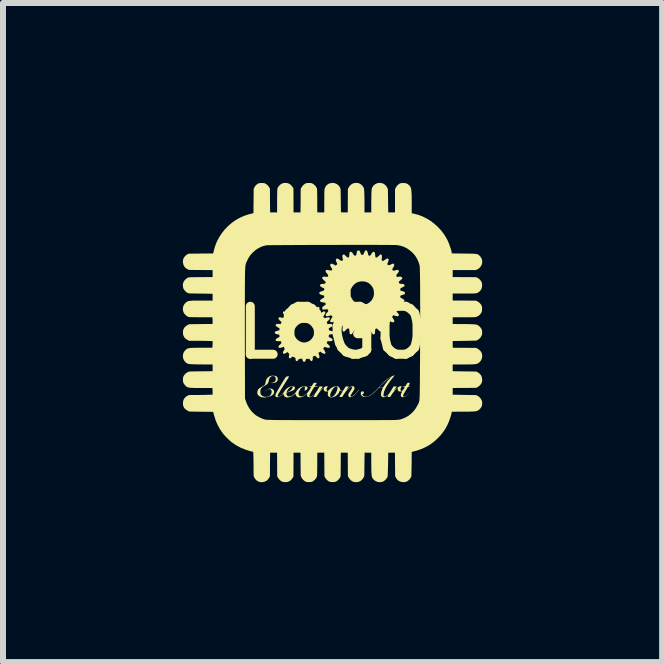
<source format=kicad_pcb>
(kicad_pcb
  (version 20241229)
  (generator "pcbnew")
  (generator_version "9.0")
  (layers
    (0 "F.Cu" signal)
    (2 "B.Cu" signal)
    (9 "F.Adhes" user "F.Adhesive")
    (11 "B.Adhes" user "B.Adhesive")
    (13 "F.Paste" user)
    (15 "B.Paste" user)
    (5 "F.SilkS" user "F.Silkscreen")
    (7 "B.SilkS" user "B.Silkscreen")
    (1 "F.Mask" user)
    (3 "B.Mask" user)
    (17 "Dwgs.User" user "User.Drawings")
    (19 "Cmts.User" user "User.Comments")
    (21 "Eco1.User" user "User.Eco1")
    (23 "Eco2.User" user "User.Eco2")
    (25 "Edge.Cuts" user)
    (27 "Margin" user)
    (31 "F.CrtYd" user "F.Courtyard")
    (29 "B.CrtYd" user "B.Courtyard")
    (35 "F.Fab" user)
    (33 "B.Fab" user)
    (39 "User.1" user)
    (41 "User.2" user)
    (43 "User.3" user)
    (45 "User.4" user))
  (footprint "LOGO"
    (layer "F.Cu")
    (at 2.496 2.496)
    (property "Reference" "LOGO" (at 0 0 0) (layer "F.SilkS") (effects (font (size 0.8 0.8) (thickness 0.15))))
    (attr board_only exclude_from_pos_files exclude_from_bom allow_soldermask_bridges)
    (fp_poly (pts (xy -1.1 0.96) (xy -1.108 0.967) (xy -1.114 0.971) (xy -1.117 0.97) (xy -1.117 0.97) (xy -1.114 0.967) (xy -1.106 0.961) (xy -1.103 0.958) (xy -1.09 0.949)) (stroke (width 0) (type solid)) (fill yes) (layer "F.SilkS"))
    (fp_poly (pts (xy -0.973 0.721) (xy -0.954 0.723) (xy -0.949 0.725) (xy -0.931 0.734) (xy -0.919 0.748) (xy -0.913 0.766) (xy -0.913 0.784) (xy -0.918 0.802) (xy -0.93 0.819) (xy -0.943 0.829) (xy -0.964 0.838) (xy -0.988 0.843) (xy -1.012 0.843) (xy -1.017 0.842) (xy -1.035 0.838) (xy -1.014 0.838) (xy -0.988 0.834) (xy -0.969 0.825) (xy -0.955 0.809) (xy -0.955 0.808) (xy -0.948 0.79) (xy -0.946 0.771) (xy -0.95 0.753) (xy -0.959 0.738) (xy -0.971 0.729) (xy -0.989 0.725) (xy -1.009 0.727) (xy -1.026 0.734) (xy -1.033 0.74) (xy -1.045 0.754) (xy -1.054 0.771) (xy -1.061 0.794) (xy -1.064 0.805) (xy -1.069 0.826) (xy -1.076 0.843) (xy -1.085 0.856) (xy -1.098 0.867) (xy -1.116 0.879) (xy -1.132 0.887) (xy -1.161 0.904) (xy -1.181 0.921) (xy -1.195 0.941) (xy -1.202 0.964) (xy -1.204 0.992) (xy -1.204 0.993) (xy -1.202 1.011) (xy -1.199 1.023) (xy -1.195 1.033) (xy -1.191 1.039) (xy -1.173 1.055) (xy -1.152 1.066) (xy -1.127 1.072) (xy -1.102 1.073) (xy -1.077 1.069) (xy -1.055 1.06) (xy -1.037 1.045) (xy -1.031 1.037) (xy -1.02 1.016) (xy -1.015 0.995) (xy -1.016 0.976) (xy -1.023 0.959) (xy -1.029 0.952) (xy -1.04 0.947) (xy -1.055 0.944) (xy -1.072 0.945) (xy -1.079 0.947) (xy -1.09 0.95) (xy -1.079 0.944) (xy -1.06 0.937) (xy -1.037 0.935) (xy -1.015 0.938) (xy -1.007 0.941) (xy -0.989 0.952) (xy -0.979 0.965) (xy -0.974 0.984) (xy -0.974 0.989) (xy -0.977 1.011) (xy -0.987 1.029) (xy -1.005 1.045) (xy -1.009 1.048) (xy -1.034 1.061) (xy -1.065 1.072) (xy -1.098 1.079) (xy -1.132 1.083) (xy -1.164 1.082) (xy -1.18 1.079) (xy -1.207 1.069) (xy -1.23 1.055) (xy -1.246 1.037) (xy -1.249 1.032) (xy -1.254 1.014) (xy -1.255 0.992) (xy -1.25 0.971) (xy -1.244 0.956) (xy -1.238 0.947) (xy -1.232 0.94) (xy -1.223 0.932) (xy -1.211 0.924) (xy -1.194 0.913) (xy -1.171 0.9) (xy -1.169 0.899) (xy -1.153 0.89) (xy -1.14 0.88) (xy -1.131 0.872) (xy -1.129 0.87) (xy -1.124 0.86) (xy -1.12 0.846) (xy -1.117 0.831) (xy -1.109 0.798) (xy -1.096 0.771) (xy -1.077 0.748) (xy -1.055 0.732) (xy -1.036 0.725) (xy -1.018 0.721) (xy -0.995 0.72)) (stroke (width 0) (type solid)) (fill yes) (layer "F.SilkS"))
    (fp_poly (pts (xy 1.034 0.713) (xy 1.033 0.717) (xy 1.027 0.725) (xy 1.018 0.738) (xy 1.006 0.753) (xy 1.002 0.758) (xy 0.959 0.812) (xy 0.924 0.862) (xy 0.895 0.909) (xy 0.874 0.951) (xy 0.859 0.989) (xy 0.852 1.023) (xy 0.851 1.032) (xy 0.85 1.048) (xy 0.851 1.057) (xy 0.853 1.062) (xy 0.857 1.066) (xy 0.858 1.066) (xy 0.869 1.068) (xy 0.884 1.064) (xy 0.902 1.053) (xy 0.922 1.039) (xy 0.932 1.029) (xy 0.942 1.019) (xy 0.952 1.007) (xy 0.963 0.991) (xy 0.976 0.969) (xy 0.982 0.959) (xy 1.018 0.9) (xy 1.045 0.9) (xy 1.059 0.9) (xy 1.067 0.901) (xy 1.069 0.903) (xy 1.067 0.907) (xy 1.066 0.908) (xy 1.061 0.915) (xy 1.053 0.927) (xy 1.043 0.942) (xy 1.038 0.949) (xy 1.015 0.981) (xy 1.046 0.952) (xy 1.07 0.931) (xy 1.089 0.916) (xy 1.106 0.905) (xy 1.12 0.898) (xy 1.132 0.896) (xy 1.144 0.894) (xy 1.152 0.894) (xy 1.153 0.894) (xy 1.152 0.898) (xy 1.148 0.907) (xy 1.144 0.914) (xy 1.137 0.93) (xy 1.133 0.947) (xy 1.134 0.96) (xy 1.14 0.97) (xy 1.142 0.971) (xy 1.153 0.974) (xy 1.164 0.97) (xy 1.176 0.959) (xy 1.187 0.943) (xy 1.195 0.93) (xy 1.201 0.919) (xy 1.204 0.913) (xy 1.204 0.913) (xy 1.2 0.91) (xy 1.191 0.908) (xy 1.187 0.908) (xy 1.176 0.907) (xy 1.173 0.905) (xy 1.176 0.903) (xy 1.185 0.9) (xy 1.196 0.899) (xy 1.205 0.898) (xy 1.211 0.896) (xy 1.217 0.891) (xy 1.224 0.881) (xy 1.231 0.869) (xy 1.24 0.854) (xy 1.246 0.846) (xy 1.252 0.841) (xy 1.259 0.839) (xy 1.268 0.838) (xy 1.28 0.838) (xy 1.285 0.839) (xy 1.287 0.844) (xy 1.287 0.849) (xy 1.285 0.859) (xy 1.279 0.872) (xy 1.275 0.879) (xy 1.263 0.898) (xy 1.275 0.899) (xy 1.285 0.902) (xy 1.287 0.905) (xy 1.282 0.907) (xy 1.272 0.908) (xy 1.256 0.908) (xy 1.222 0.966) (xy 1.205 0.994) (xy 1.193 1.016) (xy 1.184 1.033) (xy 1.179 1.045) (xy 1.177 1.055) (xy 1.177 1.061) (xy 1.177 1.063) (xy 1.183 1.07) (xy 1.194 1.07) (xy 1.208 1.066) (xy 1.227 1.055) (xy 1.248 1.04) (xy 1.266 1.024) (xy 1.275 1.016) (xy 1.278 1.013) (xy 1.276 1.016) (xy 1.268 1.025) (xy 1.262 1.031) (xy 1.236 1.053) (xy 1.212 1.069) (xy 1.189 1.077) (xy 1.169 1.079) (xy 1.152 1.073) (xy 1.148 1.071) (xy 1.14 1.059) (xy 1.138 1.043) (xy 1.143 1.022) (xy 1.15 1.006) (xy 1.156 0.993) (xy 1.161 0.984) (xy 1.162 0.981) (xy 1.159 0.981) (xy 1.149 0.982) (xy 1.136 0.983) (xy 1.121 0.983) (xy 1.111 0.982) (xy 1.104 0.979) (xy 1.098 0.973) (xy 1.091 0.965) (xy 1.088 0.957) (xy 1.088 0.945) (xy 1.088 0.942) (xy 1.09 0.921) (xy 1.079 0.929) (xy 1.063 0.943) (xy 1.044 0.962) (xy 1.024 0.985) (xy 1.004 1.01) (xy 0.986 1.036) (xy 0.971 1.06) (xy 0.97 1.062) (xy 0.965 1.07) (xy 0.96 1.073) (xy 0.95 1.075) (xy 0.94 1.075) (xy 0.927 1.075) (xy 0.919 1.074) (xy 0.917 1.073) (xy 0.919 1.068) (xy 0.924 1.059) (xy 0.928 1.051) (xy 0.939 1.032) (xy 0.916 1.05) (xy 0.891 1.068) (xy 0.867 1.078) (xy 0.847 1.08) (xy 0.83 1.074) (xy 0.82 1.066) (xy 0.814 1.06) (xy 0.81 1.054) (xy 0.808 1.046) (xy 0.809 1.033) (xy 0.809 1.022) (xy 0.812 0.995) (xy 0.82 0.97) (xy 0.824 0.958) (xy 0.83 0.944) (xy 0.835 0.932) (xy 0.837 0.925) (xy 0.838 0.924) (xy 0.834 0.923) (xy 0.823 0.921) (xy 0.809 0.921) (xy 0.805 0.921) (xy 0.772 0.921) (xy 0.737 0.959) (xy 0.7 0.997) (xy 0.664 1.027) (xy 0.631 1.05) (xy 0.598 1.065) (xy 0.567 1.073) (xy 0.557 1.074) (xy 0.531 1.074) (xy 0.511 1.071) (xy 0.495 1.062) (xy 0.484 1.052) (xy 0.474 1.037) (xy 0.471 1.02) (xy 0.472 1.004) (xy 0.479 0.991) (xy 0.49 0.983) (xy 0.494 0.982) (xy 0.507 0.981) (xy 0.518 0.987) (xy 0.523 0.997) (xy 0.522 1.009) (xy 0.519 1.015) (xy 0.511 1.022) (xy 0.504 1.025) (xy 0.497 1.027) (xy 0.497 1.034) (xy 0.503 1.045) (xy 0.507 1.05) (xy 0.523 1.063) (xy 0.544 1.069) (xy 0.568 1.069) (xy 0.596 1.061) (xy 0.616 1.052) (xy 0.638 1.039) (xy 0.661 1.023) (xy 0.686 1.001) (xy 0.715 0.974) (xy 0.746 0.941) (xy 0.761 0.924) (xy 0.772 0.913) (xy 0.779 0.913) (xy 0.783 0.915) (xy 0.793 0.916) (xy 0.807 0.917) (xy 0.81 0.917) (xy 0.842 0.917) (xy 0.862 0.886) (xy 0.882 0.857) (xy 0.9 0.832) (xy 0.918 0.809) (xy 0.937 0.787) (xy 0.948 0.776) (xy 0.96 0.762) (xy 0.97 0.751) (xy 0.976 0.744) (xy 0.977 0.742) (xy 0.972 0.744) (xy 0.963 0.75) (xy 0.949 0.758) (xy 0.938 0.765) (xy 0.927 0.774) (xy 0.912 0.786) (xy 0.894 0.801) (xy 0.875 0.818) (xy 0.855 0.836) (xy 0.836 0.854) (xy 0.818 0.871) (xy 0.802 0.887) (xy 0.79 0.899) (xy 0.782 0.909) (xy 0.779 0.913) (xy 0.772 0.913) (xy 0.803 0.88) (xy 0.841 0.841) (xy 0.875 0.808) (xy 0.906 0.782) (xy 0.922 0.77) (xy 0.937 0.761) (xy 0.954 0.75) (xy 0.973 0.74) (xy 0.992 0.73) (xy 1.009 0.722) (xy 1.023 0.716) (xy 1.032 0.713)) (stroke (width 0) (type solid)) (fill yes) (layer "F.SilkS"))
    (fp_poly (pts (xy -0.733 0.73) (xy -0.729 0.731) (xy -0.727 0.732) (xy -0.727 0.735) (xy -0.729 0.741) (xy -0.734 0.75) (xy -0.741 0.763) (xy -0.752 0.781) (xy -0.767 0.804) (xy -0.778 0.821) (xy -0.807 0.867) (xy -0.831 0.906) (xy -0.852 0.939) (xy -0.869 0.967) (xy -0.883 0.99) (xy -0.894 1.009) (xy -0.902 1.024) (xy -0.908 1.036) (xy -0.912 1.045) (xy -0.915 1.052) (xy -0.915 1.057) (xy -0.915 1.062) (xy -0.914 1.064) (xy -0.908 1.07) (xy -0.898 1.07) (xy -0.885 1.065) (xy -0.87 1.055) (xy -0.854 1.043) (xy -0.838 1.028) (xy -0.824 1.011) (xy -0.811 0.993) (xy -0.81 0.991) (xy -0.765 0.991) (xy -0.765 0.995) (xy -0.76 0.994) (xy -0.757 0.994) (xy -0.748 0.99) (xy -0.735 0.985) (xy -0.73 0.983) (xy -0.705 0.969) (xy -0.685 0.951) (xy -0.671 0.932) (xy -0.665 0.916) (xy -0.666 0.906) (xy -0.673 0.901) (xy -0.679 0.9) (xy -0.692 0.904) (xy -0.708 0.913) (xy -0.724 0.928) (xy -0.739 0.945) (xy -0.753 0.965) (xy -0.761 0.982) (xy -0.765 0.991) (xy -0.81 0.991) (xy -0.808 0.987) (xy -0.79 0.96) (xy -0.767 0.937) (xy -0.741 0.918) (xy -0.714 0.904) (xy -0.686 0.896) (xy -0.673 0.895) (xy -0.652 0.898) (xy -0.636 0.904) (xy -0.628 0.915) (xy -0.626 0.927) (xy -0.63 0.941) (xy -0.642 0.954) (xy -0.66 0.966) (xy -0.664 0.968) (xy -0.681 0.975) (xy -0.704 0.983) (xy -0.728 0.991) (xy -0.751 0.997) (xy -0.755 0.998) (xy -0.765 1.003) (xy -0.769 1.015) (xy -0.767 1.032) (xy -0.767 1.034) (xy -0.759 1.051) (xy -0.746 1.061) (xy -0.731 1.065) (xy -0.711 1.064) (xy -0.688 1.057) (xy -0.665 1.045) (xy -0.643 1.029) (xy -0.624 1.011) (xy -0.609 0.991) (xy -0.608 0.988) (xy -0.591 0.962) (xy -0.57 0.939) (xy -0.545 0.92) (xy -0.519 0.906) (xy -0.492 0.898) (xy -0.466 0.895) (xy -0.442 0.899) (xy -0.43 0.904) (xy -0.42 0.913) (xy -0.417 0.924) (xy -0.42 0.937) (xy -0.428 0.949) (xy -0.44 0.959) (xy -0.456 0.965) (xy -0.468 0.968) (xy -0.465 0.952) (xy -0.462 0.938) (xy -0.46 0.925) (xy -0.46 0.924) (xy -0.46 0.911) (xy -0.465 0.903) (xy -0.476 0.901) (xy -0.491 0.905) (xy -0.505 0.912) (xy -0.527 0.93) (xy -0.545 0.954) (xy -0.559 0.981) (xy -0.566 1.008) (xy -0.566 1.01) (xy -0.565 1.032) (xy -0.558 1.049) (xy -0.547 1.06) (xy -0.531 1.065) (xy -0.512 1.065) (xy -0.49 1.059) (xy -0.467 1.047) (xy -0.441 1.029) (xy -0.433 1.022) (xy -0.425 1.013) (xy -0.414 1) (xy -0.403 0.984) (xy -0.39 0.967) (xy -0.379 0.949) (xy -0.369 0.934) (xy -0.362 0.921) (xy -0.358 0.913) (xy -0.358 0.913) (xy -0.362 0.91) (xy -0.371 0.908) (xy -0.376 0.908) (xy -0.386 0.907) (xy -0.39 0.905) (xy -0.386 0.903) (xy -0.377 0.9) (xy -0.367 0.899) (xy -0.357 0.898) (xy -0.35 0.896) (xy -0.344 0.89) (xy -0.338 0.879) (xy -0.333 0.872) (xy -0.325 0.858) (xy -0.318 0.847) (xy -0.314 0.841) (xy -0.314 0.841) (xy -0.308 0.839) (xy -0.296 0.838) (xy -0.286 0.838) (xy -0.262 0.84) (xy -0.281 0.869) (xy -0.3 0.898) (xy -0.271 0.899) (xy -0.253 0.901) (xy -0.244 0.903) (xy -0.243 0.905) (xy -0.249 0.907) (xy -0.263 0.908) (xy -0.274 0.908) (xy -0.306 0.908) (xy -0.341 0.966) (xy -0.353 0.986) (xy -0.364 1.006) (xy -0.373 1.023) (xy -0.379 1.035) (xy -0.381 1.039) (xy -0.386 1.054) (xy -0.385 1.065) (xy -0.378 1.07) (xy -0.368 1.07) (xy -0.353 1.065) (xy -0.336 1.055) (xy -0.316 1.041) (xy -0.3 1.027) (xy -0.288 1.013) (xy -0.274 0.994) (xy -0.258 0.97) (xy -0.248 0.954) (xy -0.216 0.9) (xy -0.189 0.9) (xy -0.174 0.9) (xy -0.167 0.901) (xy -0.164 0.903) (xy -0.166 0.907) (xy -0.167 0.908) (xy -0.172 0.915) (xy -0.18 0.927) (xy -0.19 0.942) (xy -0.196 0.949) (xy -0.218 0.981) (xy -0.187 0.952) (xy -0.164 0.931) (xy -0.144 0.916) (xy -0.128 0.905) (xy -0.113 0.898) (xy -0.101 0.896) (xy -0.089 0.894) (xy -0.081 0.894) (xy -0.08 0.894) (xy -0.081 0.898) (xy -0.085 0.907) (xy -0.089 0.914) (xy -0.097 0.93) (xy -0.1 0.946) (xy -0.099 0.96) (xy -0.094 0.969) (xy -0.092 0.971) (xy -0.085 0.974) (xy -0.079 0.974) (xy -0.072 0.971) (xy -0.063 0.963) (xy -0.05 0.95) (xy -0.049 0.949) (xy -0.019 0.923) (xy 0.012 0.906) (xy 0.045 0.896) (xy 0.046 0.896) (xy 0.071 0.895) (xy 0.092 0.899) (xy 0.108 0.911) (xy 0.119 0.929) (xy 0.123 0.938) (xy 0.132 0.958) (xy 0.144 0.97) (xy 0.157 0.975) (xy 0.158 0.975) (xy 0.165 0.974) (xy 0.171 0.972) (xy 0.177 0.967) (xy 0.184 0.958) (xy 0.193 0.944) (xy 0.198 0.934) (xy 0.219 0.9) (xy 0.245 0.9) (xy 0.26 0.9) (xy 0.267 0.902) (xy 0.269 0.904) (xy 0.268 0.905) (xy 0.265 0.911) (xy 0.257 0.921) (xy 0.248 0.935) (xy 0.246 0.938) (xy 0.227 0.965) (xy 0.255 0.939) (xy 0.279 0.918) (xy 0.3 0.905) (xy 0.318 0.897) (xy 0.334 0.895) (xy 0.351 0.897) (xy 0.361 0.906) (xy 0.366 0.92) (xy 0.367 0.927) (xy 0.366 0.936) (xy 0.364 0.944) (xy 0.359 0.955) (xy 0.351 0.969) (xy 0.339 0.987) (xy 0.335 0.992) (xy 0.321 1.015) (xy 0.31 1.032) (xy 0.304 1.045) (xy 0.301 1.054) (xy 0.301 1.061) (xy 0.302 1.065) (xy 0.307 1.071) (xy 0.317 1.07) (xy 0.331 1.063) (xy 0.349 1.049) (xy 0.37 1.03) (xy 0.394 1.006) (xy 0.42 0.976) (xy 0.432 0.961) (xy 0.44 0.952) (xy 0.446 0.947) (xy 0.448 0.946) (xy 0.446 0.95) (xy 0.44 0.959) (xy 0.43 0.971) (xy 0.418 0.986) (xy 0.404 1.001) (xy 0.39 1.017) (xy 0.377 1.031) (xy 0.366 1.043) (xy 0.359 1.049) (xy 0.338 1.065) (xy 0.318 1.075) (xy 0.3 1.079) (xy 0.284 1.078) (xy 0.272 1.07) (xy 0.265 1.057) (xy 0.263 1.042) (xy 0.263 1.034) (xy 0.266 1.026) (xy 0.271 1.015) (xy 0.279 1.001) (xy 0.292 0.982) (xy 0.294 0.979) (xy 0.309 0.957) (xy 0.319 0.94) (xy 0.325 0.928) (xy 0.328 0.919) (xy 0.327 0.913) (xy 0.323 0.908) (xy 0.314 0.906) (xy 0.301 0.91) (xy 0.286 0.92) (xy 0.268 0.935) (xy 0.248 0.955) (xy 0.228 0.978) (xy 0.207 1.005) (xy 0.187 1.033) (xy 0.177 1.05) (xy 0.161 1.075) (xy 0.113 1.075) (xy 0.142 1.028) (xy 0.171 0.981) (xy 0.154 0.979) (xy 0.149 0.978) (xy 0.217 0.978) (xy 0.219 0.979) (xy 0.224 0.973) (xy 0.226 0.972) (xy 0.229 0.967) (xy 0.227 0.968) (xy 0.224 0.97) (xy 0.218 0.975) (xy 0.217 0.978) (xy 0.149 0.978) (xy 0.141 0.976) (xy 0.131 0.97) (xy 0.13 0.969) (xy 0.125 0.966) (xy 0.122 0.967) (xy 0.119 0.974) (xy 0.117 0.978) (xy 0.107 1.003) (xy 0.091 1.025) (xy 0.072 1.045) (xy 0.05 1.061) (xy 0.027 1.073) (xy 0.003 1.08) (xy -0.02 1.082) (xy -0.042 1.079) (xy -0.06 1.07) (xy -0.069 1.062) (xy -0.075 1.054) (xy -0.078 1.046) (xy -0.078 1.045) (xy -0.039 1.045) (xy -0.039 1.06) (xy -0.034 1.071) (xy -0.028 1.075) (xy -0.013 1.076) (xy 0.004 1.069) (xy 0.022 1.055) (xy 0.023 1.054) (xy 0.041 1.032) (xy 0.058 1.005) (xy 0.072 0.973) (xy 0.075 0.964) (xy 0.082 0.939) (xy 0.083 0.92) (xy 0.079 0.908) (xy 0.068 0.901) (xy 0.06 0.9) (xy 0.047 0.903) (xy 0.032 0.913) (xy 0.018 0.927) (xy 0.004 0.944) (xy -0.009 0.964) (xy -0.02 0.985) (xy -0.03 1.007) (xy -0.036 1.027) (xy -0.039 1.045) (xy -0.078 1.045) (xy -0.079 1.035) (xy -0.078 1.021) (xy -0.077 1.006) (xy -0.075 0.994) (xy -0.074 0.987) (xy -0.073 0.984) (xy -0.076 0.982) (xy -0.085 0.982) (xy -0.098 0.983) (xy -0.113 0.983) (xy -0.122 0.982) (xy -0.129 0.979) (xy -0.136 0.973) (xy -0.142 0.965) (xy -0.145 0.957) (xy -0.145 0.945) (xy -0.145 0.942) (xy -0.143 0.921) (xy -0.154 0.929) (xy -0.17 0.943) (xy -0.189 0.962) (xy -0.209 0.985) (xy -0.229 1.01) (xy -0.247 1.036) (xy -0.262 1.06) (xy -0.263 1.062) (xy -0.268 1.07) (xy -0.274 1.073) (xy -0.283 1.075) (xy -0.294 1.075) (xy -0.306 1.075) (xy -0.315 1.073) (xy -0.317 1.072) (xy -0.315 1.068) (xy -0.309 1.058) (xy -0.304 1.049) (xy -0.297 1.038) (xy -0.293 1.03) (xy -0.292 1.027) (xy -0.294 1.028) (xy -0.302 1.034) (xy -0.311 1.042) (xy -0.336 1.061) (xy -0.36 1.073) (xy -0.381 1.079) (xy -0.4 1.077) (xy -0.414 1.07) (xy -0.422 1.064) (xy -0.424 1.056) (xy -0.424 1.045) (xy -0.424 1.042) (xy -0.422 1.022) (xy -0.453 1.044) (xy -0.482 1.062) (xy -0.511 1.075) (xy -0.538 1.082) (xy -0.563 1.082) (xy -0.576 1.079) (xy -0.59 1.072) (xy -0.602 1.061) (xy -0.61 1.048) (xy -0.613 1.04) (xy -0.613 1.028) (xy -0.616 1.022) (xy -0.622 1.023) (xy -0.633 1.03) (xy -0.64 1.036) (xy -0.665 1.054) (xy -0.688 1.066) (xy -0.714 1.076) (xy -0.719 1.077) (xy -0.741 1.082) (xy -0.759 1.083) (xy -0.774 1.08) (xy -0.786 1.075) (xy -0.803 1.062) (xy -0.813 1.046) (xy -0.817 1.027) (xy -0.817 1.022) (xy -0.819 1.02) (xy -0.823 1.023) (xy -0.831 1.029) (xy -0.842 1.039) (xy -0.867 1.059) (xy -0.889 1.072) (xy -0.909 1.078) (xy -0.92 1.079) (xy -0.937 1.076) (xy -0.949 1.068) (xy -0.954 1.054) (xy -0.954 1.05) (xy -0.953 1.042) (xy -0.948 1.029) (xy -0.94 1.012) (xy -0.929 0.99) (xy -0.914 0.963) (xy -0.895 0.931) (xy -0.872 0.892) (xy -0.847 0.85) (xy -0.827 0.819) (xy -0.812 0.793) (xy -0.8 0.774) (xy -0.79 0.759) (xy -0.783 0.749) (xy -0.777 0.742) (xy -0.772 0.737) (xy -0.768 0.735) (xy -0.764 0.733) (xy -0.76 0.732) (xy -0.746 0.73) (xy -0.734 0.73)) (stroke (width 0) (type solid)) (fill yes) (layer "F.SilkS"))
    (fp_poly (pts (xy -0.467 -0.491) (xy -0.461 -0.487) (xy -0.456 -0.477) (xy -0.452 -0.47) (xy -0.446 -0.453) (xy -0.442 -0.437) (xy -0.442 -0.43) (xy -0.441 -0.419) (xy -0.438 -0.414) (xy -0.434 -0.412) (xy -0.424 -0.412) (xy -0.414 -0.41) (xy -0.406 -0.409) (xy -0.401 -0.411) (xy -0.396 -0.418) (xy -0.39 -0.43) (xy -0.383 -0.444) (xy -0.374 -0.458) (xy -0.37 -0.464) (xy -0.362 -0.472) (xy -0.354 -0.474) (xy -0.347 -0.473) (xy -0.339 -0.47) (xy -0.334 -0.465) (xy -0.332 -0.455) (xy -0.331 -0.451) (xy -0.33 -0.435) (xy -0.33 -0.417) (xy -0.33 -0.411) (xy -0.333 -0.389) (xy -0.315 -0.382) (xy -0.297 -0.376) (xy -0.288 -0.387) (xy -0.28 -0.397) (xy -0.268 -0.408) (xy -0.261 -0.415) (xy -0.25 -0.423) (xy -0.242 -0.427) (xy -0.236 -0.427) (xy -0.229 -0.425) (xy -0.221 -0.42) (xy -0.217 -0.415) (xy -0.217 -0.415) (xy -0.218 -0.403) (xy -0.221 -0.386) (xy -0.225 -0.37) (xy -0.23 -0.356) (xy -0.231 -0.353) (xy -0.235 -0.344) (xy -0.237 -0.34) (xy -0.236 -0.34) (xy -0.233 -0.337) (xy -0.225 -0.331) (xy -0.22 -0.327) (xy -0.205 -0.316) (xy -0.195 -0.325) (xy -0.187 -0.331) (xy -0.175 -0.338) (xy -0.161 -0.345) (xy -0.149 -0.351) (xy -0.14 -0.354) (xy -0.138 -0.354) (xy -0.133 -0.351) (xy -0.126 -0.345) (xy -0.126 -0.345) (xy -0.117 -0.335) (xy -0.127 -0.314) (xy -0.134 -0.299) (xy -0.142 -0.285) (xy -0.146 -0.28) (xy -0.155 -0.267) (xy -0.144 -0.252) (xy -0.135 -0.242) (xy -0.128 -0.239) (xy -0.126 -0.24) (xy -0.108 -0.246) (xy -0.089 -0.251) (xy -0.073 -0.254) (xy -0.069 -0.254) (xy -0.056 -0.252) (xy -0.048 -0.244) (xy -0.044 -0.237) (xy -0.044 -0.231) (xy -0.048 -0.224) (xy -0.054 -0.217) (xy -0.066 -0.204) (xy -0.078 -0.191) (xy -0.082 -0.188) (xy -0.097 -0.176) (xy -0.09 -0.157) (xy -0.083 -0.139) (xy -0.065 -0.142) (xy -0.051 -0.143) (xy -0.033 -0.143) (xy -0.025 -0.142) (xy -0.012 -0.14) (xy -0.005 -0.137) (xy -0.001 -0.132) (xy 0.001 -0.127) (xy 0.002 -0.119) (xy -0.000059 -0.112) (xy -0.007 -0.105) (xy -0.011 -0.101) (xy -0.025 -0.091) (xy -0.04 -0.083) (xy -0.045 -0.081) (xy -0.056 -0.076) (xy -0.061 -0.071) (xy -0.062 -0.063) (xy -0.062 -0.059) (xy -0.061 -0.045) (xy -0.057 -0.038) (xy -0.047 -0.033) (xy -0.038 -0.031) (xy -0.021 -0.027) (xy -0.005 -0.022) (xy -0.001 -0.02) (xy 0.01 -0.015) (xy 0.015 -0.01) (xy 0.017 -0.002) (xy 0.017 0.001) (xy 0.016 0.01) (xy 0.012 0.016) (xy 0.004 0.02) (xy -0.003 0.023) (xy -0.019 0.028) (xy -0.036 0.032) (xy -0.04 0.032) (xy -0.05 0.034) (xy -0.056 0.037) (xy -0.06 0.043) (xy -0.062 0.054) (xy -0.064 0.063) (xy -0.064 0.07) (xy -0.06 0.075) (xy -0.052 0.08) (xy -0.044 0.083) (xy -0.029 0.091) (xy -0.015 0.099) (xy -0.01 0.103) (xy -0.001 0.112) (xy 0.002 0.119) (xy 0.001 0.127) (xy -0.004 0.136) (xy -0.014 0.142) (xy -0.029 0.145) (xy -0.05 0.145) (xy -0.058 0.145) (xy -0.084 0.144) (xy -0.097 0.176) (xy -0.08 0.191) (xy -0.068 0.203) (xy -0.056 0.215) (xy -0.052 0.22) (xy -0.046 0.23) (xy -0.044 0.237) (xy -0.047 0.244) (xy -0.048 0.246) (xy -0.053 0.254) (xy -0.059 0.257) (xy -0.068 0.256) (xy -0.072 0.256) (xy -0.092 0.252) (xy -0.109 0.247) (xy -0.122 0.242) (xy -0.124 0.24) (xy -0.129 0.239) (xy -0.136 0.243) (xy -0.142 0.25) (xy -0.149 0.26) (xy -0.154 0.266) (xy -0.154 0.268) (xy -0.152 0.273) (xy -0.146 0.282) (xy -0.144 0.285) (xy -0.136 0.297) (xy -0.128 0.312) (xy -0.125 0.318) (xy -0.116 0.339) (xy -0.134 0.358) (xy -0.155 0.349) (xy -0.171 0.342) (xy -0.186 0.333) (xy -0.191 0.329) (xy -0.206 0.318) (xy -0.221 0.33) (xy -0.237 0.342) (xy -0.229 0.36) (xy -0.224 0.375) (xy -0.22 0.392) (xy -0.219 0.398) (xy -0.218 0.41) (xy -0.219 0.418) (xy -0.223 0.423) (xy -0.228 0.426) (xy -0.235 0.43) (xy -0.241 0.43) (xy -0.247 0.427) (xy -0.258 0.419) (xy -0.258 0.418) (xy -0.271 0.407) (xy -0.282 0.395) (xy -0.287 0.39) (xy -0.297 0.376) (xy -0.314 0.384) (xy -0.331 0.391) (xy -0.33 0.414) (xy -0.329 0.439) (xy -0.332 0.457) (xy -0.337 0.468) (xy -0.346 0.474) (xy -0.346 0.474) (xy -0.354 0.476) (xy -0.359 0.475) (xy -0.366 0.469) (xy -0.372 0.461) (xy -0.381 0.448) (xy -0.389 0.435) (xy -0.392 0.429) (xy -0.397 0.417) (xy -0.401 0.412) (xy -0.409 0.411) (xy -0.421 0.412) (xy -0.44 0.415) (xy -0.442 0.435) (xy -0.445 0.452) (xy -0.45 0.467) (xy -0.452 0.472) (xy -0.457 0.482) (xy -0.463 0.487) (xy -0.473 0.487) (xy -0.473 0.487) (xy -0.483 0.487) (xy -0.489 0.483) (xy -0.494 0.474) (xy -0.496 0.47) (xy -0.501 0.454) (xy -0.506 0.436) (xy -0.506 0.432) (xy -0.508 0.42) (xy -0.511 0.415) (xy -0.517 0.413) (xy -0.523 0.412) (xy -0.534 0.412) (xy -0.543 0.41) (xy -0.543 0.41) (xy -0.548 0.412) (xy -0.552 0.421) (xy -0.553 0.424) (xy -0.559 0.437) (xy -0.567 0.451) (xy -0.573 0.459) (xy -0.582 0.47) (xy -0.589 0.475) (xy -0.596 0.476) (xy -0.598 0.476) (xy -0.608 0.471) (xy -0.613 0.466) (xy -0.615 0.458) (xy -0.617 0.444) (xy -0.617 0.429) (xy -0.617 0.413) (xy -0.617 0.4) (xy -0.616 0.396) (xy -0.619 0.391) (xy -0.628 0.386) (xy -0.631 0.384) (xy -0.648 0.378) (xy -0.676 0.406) (xy -0.704 0.433) (xy -0.717 0.427) (xy -0.725 0.422) (xy -0.728 0.418) (xy -0.729 0.41) (xy -0.728 0.398) (xy -0.725 0.381) (xy -0.72 0.364) (xy -0.718 0.358) (xy -0.714 0.348) (xy -0.713 0.341) (xy -0.713 0.34) (xy -0.717 0.337) (xy -0.725 0.331) (xy -0.729 0.328) (xy -0.743 0.316) (xy -0.754 0.327) (xy -0.764 0.334) (xy -0.778 0.342) (xy -0.788 0.347) (xy -0.812 0.358) (xy -0.821 0.348) (xy -0.826 0.341) (xy -0.828 0.336) (xy -0.826 0.328) (xy -0.823 0.32) (xy -0.816 0.305) (xy -0.807 0.29) (xy -0.799 0.279) (xy -0.794 0.274) (xy -0.794 0.27) (xy -0.798 0.262) (xy -0.804 0.252) (xy -0.809 0.243) (xy -0.814 0.238) (xy -0.815 0.237) (xy -0.82 0.239) (xy -0.829 0.243) (xy -0.83 0.244) (xy -0.841 0.248) (xy -0.856 0.253) (xy -0.866 0.254) (xy -0.88 0.256) (xy -0.888 0.256) (xy -0.893 0.253) (xy -0.897 0.249) (xy -0.902 0.24) (xy -0.904 0.234) (xy -0.901 0.229) (xy -0.894 0.22) (xy -0.883 0.208) (xy -0.877 0.202) (xy -0.851 0.175) (xy -0.857 0.158) (xy -0.862 0.148) (xy -0.866 0.143) (xy -0.874 0.143) (xy -0.88 0.144) (xy -0.894 0.145) (xy -0.91 0.145) (xy -0.921 0.144) (xy -0.934 0.142) (xy -0.942 0.139) (xy -0.946 0.135) (xy -0.948 0.128) (xy -0.948 0.118) (xy -0.944 0.11) (xy -0.939 0.105) (xy -0.928 0.097) (xy -0.914 0.089) (xy -0.905 0.085) (xy -0.892 0.078) (xy -0.885 0.071) (xy -0.884 0.062) (xy -0.886 0.047) (xy -0.886 0.046) (xy -0.889 0.037) (xy -0.895 0.034) (xy -0.902 0.033) (xy -0.914 0.032) (xy -0.929 0.028) (xy -0.939 0.024) (xy -0.952 0.019) (xy -0.959 0.015) (xy -0.962 0.009) (xy -0.963 0.001) (xy -0.962 0) (xy -0.635 0) (xy -0.635 0.021) (xy -0.634 0.036) (xy -0.632 0.048) (xy -0.628 0.059) (xy -0.624 0.068) (xy -0.606 0.098) (xy -0.581 0.124) (xy -0.552 0.144) (xy -0.519 0.159) (xy -0.484 0.166) (xy -0.476 0.166) (xy -0.464 0.166) (xy -0.449 0.164) (xy -0.441 0.162) (xy -0.406 0.151) (xy -0.375 0.132) (xy -0.349 0.107) (xy -0.328 0.076) (xy -0.324 0.067) (xy -0.317 0.053) (xy -0.313 0.041) (xy -0.311 0.029) (xy -0.311 0.013) (xy -0.31 0) (xy -0.311 -0.02) (xy -0.312 -0.034) (xy -0.315 -0.046) (xy -0.319 -0.058) (xy -0.324 -0.068) (xy -0.343 -0.098) (xy -0.367 -0.125) (xy -0.396 -0.145) (xy -0.403 -0.149) (xy -0.415 -0.154) (xy -0.425 -0.157) (xy -0.436 -0.159) (xy -0.451 -0.16) (xy -0.471 -0.16) (xy -0.473 -0.16) (xy -0.494 -0.16) (xy -0.509 -0.159) (xy -0.521 -0.157) (xy -0.532 -0.154) (xy -0.543 -0.149) (xy -0.567 -0.134) (xy -0.591 -0.113) (xy -0.611 -0.089) (xy -0.623 -0.069) (xy -0.629 -0.057) (xy -0.632 -0.046) (xy -0.634 -0.034) (xy -0.635 -0.02) (xy -0.635 0) (xy -0.962 0) (xy -0.962 -0.008) (xy -0.958 -0.014) (xy -0.949 -0.019) (xy -0.944 -0.021) (xy -0.928 -0.027) (xy -0.911 -0.031) (xy -0.907 -0.032) (xy -0.895 -0.034) (xy -0.889 -0.038) (xy -0.886 -0.045) (xy -0.886 -0.047) (xy -0.884 -0.061) (xy -0.885 -0.07) (xy -0.892 -0.076) (xy -0.901 -0.08) (xy -0.915 -0.088) (xy -0.93 -0.098) (xy -0.935 -0.101) (xy -0.944 -0.11) (xy -0.949 -0.116) (xy -0.948 -0.123) (xy -0.947 -0.127) (xy -0.943 -0.135) (xy -0.936 -0.14) (xy -0.925 -0.142) (xy -0.909 -0.144) (xy -0.891 -0.143) (xy -0.885 -0.143) (xy -0.864 -0.141) (xy -0.857 -0.158) (xy -0.85 -0.175) (xy -0.861 -0.185) (xy -0.87 -0.192) (xy -0.875 -0.196) (xy -0.875 -0.196) (xy -0.879 -0.199) (xy -0.886 -0.207) (xy -0.891 -0.214) (xy -0.899 -0.226) (xy -0.902 -0.233) (xy -0.901 -0.24) (xy -0.899 -0.243) (xy -0.894 -0.251) (xy -0.886 -0.254) (xy -0.879 -0.254) (xy -0.863 -0.252) (xy -0.844 -0.248) (xy -0.824 -0.241) (xy -0.82 -0.24) (xy -0.814 -0.241) (xy -0.805 -0.249) (xy -0.803 -0.252) (xy -0.791 -0.266) (xy -0.803 -0.283) (xy -0.813 -0.298) (xy -0.821 -0.314) (xy -0.823 -0.319) (xy -0.827 -0.331) (xy -0.828 -0.337) (xy -0.826 -0.342) (xy -0.822 -0.347) (xy -0.816 -0.352) (xy -0.81 -0.354) (xy -0.8 -0.351) (xy -0.795 -0.35) (xy -0.781 -0.343) (xy -0.765 -0.334) (xy -0.759 -0.33) (xy -0.741 -0.316) (xy -0.727 -0.328) (xy -0.717 -0.336) (xy -0.714 -0.343) (xy -0.715 -0.348) (xy -0.722 -0.373) (xy -0.727 -0.392) (xy -0.729 -0.406) (xy -0.728 -0.415) (xy -0.723 -0.421) (xy -0.717 -0.425) (xy -0.71 -0.427) (xy -0.704 -0.427) (xy -0.696 -0.423) (xy -0.685 -0.414) (xy -0.683 -0.413) (xy -0.673 -0.403) (xy -0.665 -0.396) (xy -0.662 -0.392) (xy -0.66 -0.387) (xy -0.657 -0.382) (xy -0.653 -0.378) (xy -0.648 -0.377) (xy -0.64 -0.38) (xy -0.632 -0.383) (xy -0.614 -0.391) (xy -0.617 -0.41) (xy -0.618 -0.433) (xy -0.616 -0.452) (xy -0.611 -0.466) (xy -0.603 -0.473) (xy -0.593 -0.474) (xy -0.582 -0.468) (xy -0.572 -0.457) (xy -0.563 -0.443) (xy -0.556 -0.429) (xy -0.554 -0.424) (xy -0.55 -0.413) (xy -0.545 -0.409) (xy -0.537 -0.409) (xy -0.533 -0.41) (xy -0.522 -0.412) (xy -0.515 -0.412) (xy -0.514 -0.412) (xy -0.511 -0.416) (xy -0.508 -0.426) (xy -0.507 -0.43) (xy -0.503 -0.445) (xy -0.498 -0.462) (xy -0.495 -0.47) (xy -0.49 -0.482) (xy -0.485 -0.489) (xy -0.479 -0.491) (xy -0.474 -0.492)) (stroke (width 0) (type solid)) (fill yes) (layer "F.SilkS"))
    (fp_poly (pts (xy 0.566 -1.369) (xy 0.571 -1.367) (xy 0.577 -1.359) (xy 0.583 -1.345) (xy 0.589 -1.326) (xy 0.594 -1.303) (xy 0.596 -1.293) (xy 0.6 -1.287) (xy 0.608 -1.284) (xy 0.618 -1.282) (xy 0.625 -1.281) (xy 0.63 -1.284) (xy 0.636 -1.292) (xy 0.64 -1.299) (xy 0.653 -1.319) (xy 0.663 -1.333) (xy 0.671 -1.342) (xy 0.679 -1.345) (xy 0.684 -1.346) (xy 0.694 -1.344) (xy 0.701 -1.339) (xy 0.706 -1.33) (xy 0.709 -1.314) (xy 0.711 -1.297) (xy 0.712 -1.28) (xy 0.715 -1.266) (xy 0.717 -1.257) (xy 0.718 -1.255) (xy 0.726 -1.25) (xy 0.736 -1.251) (xy 0.75 -1.259) (xy 0.767 -1.273) (xy 0.771 -1.278) (xy 0.784 -1.29) (xy 0.793 -1.298) (xy 0.799 -1.302) (xy 0.804 -1.302) (xy 0.81 -1.3) (xy 0.811 -1.299) (xy 0.818 -1.295) (xy 0.822 -1.288) (xy 0.824 -1.277) (xy 0.824 -1.273) (xy 0.824 -1.256) (xy 0.822 -1.238) (xy 0.821 -1.232) (xy 0.819 -1.219) (xy 0.819 -1.211) (xy 0.822 -1.205) (xy 0.823 -1.204) (xy 0.834 -1.195) (xy 0.845 -1.194) (xy 0.857 -1.2) (xy 0.861 -1.204) (xy 0.874 -1.214) (xy 0.889 -1.223) (xy 0.896 -1.227) (xy 0.916 -1.237) (xy 0.927 -1.229) (xy 0.934 -1.222) (xy 0.936 -1.214) (xy 0.935 -1.205) (xy 0.932 -1.193) (xy 0.927 -1.177) (xy 0.922 -1.165) (xy 0.912 -1.141) (xy 0.922 -1.13) (xy 0.927 -1.125) (xy 0.932 -1.123) (xy 0.939 -1.123) (xy 0.949 -1.126) (xy 0.964 -1.131) (xy 0.981 -1.138) (xy 1.013 -1.152) (xy 1.023 -1.14) (xy 1.029 -1.131) (xy 1.03 -1.124) (xy 1.027 -1.115) (xy 1.027 -1.113) (xy 1.021 -1.1) (xy 1.012 -1.086) (xy 1.008 -1.079) (xy 1 -1.065) (xy 0.997 -1.054) (xy 0.998 -1.046) (xy 1.005 -1.038) (xy 1.006 -1.038) (xy 1.016 -1.029) (xy 1.044 -1.037) (xy 1.066 -1.043) (xy 1.082 -1.045) (xy 1.093 -1.044) (xy 1.1 -1.039) (xy 1.102 -1.037) (xy 1.106 -1.028) (xy 1.107 -1.021) (xy 1.104 -1.012) (xy 1.096 -1) (xy 1.085 -0.987) (xy 1.073 -0.97) (xy 1.065 -0.958) (xy 1.063 -0.948) (xy 1.066 -0.939) (xy 1.07 -0.934) (xy 1.075 -0.928) (xy 1.081 -0.926) (xy 1.091 -0.928) (xy 1.096 -0.929) (xy 1.121 -0.933) (xy 1.141 -0.931) (xy 1.155 -0.924) (xy 1.163 -0.912) (xy 1.163 -0.912) (xy 1.164 -0.904) (xy 1.161 -0.898) (xy 1.153 -0.889) (xy 1.148 -0.885) (xy 1.136 -0.873) (xy 1.122 -0.862) (xy 1.117 -0.858) (xy 1.108 -0.85) (xy 1.105 -0.843) (xy 1.106 -0.837) (xy 1.109 -0.826) (xy 1.116 -0.819) (xy 1.126 -0.815) (xy 1.142 -0.812) (xy 1.155 -0.811) (xy 1.171 -0.81) (xy 1.184 -0.807) (xy 1.192 -0.805) (xy 1.193 -0.805) (xy 1.196 -0.799) (xy 1.198 -0.788) (xy 1.199 -0.787) (xy 1.201 -0.772) (xy 1.166 -0.754) (xy 1.131 -0.735) (xy 1.131 -0.699) (xy 1.153 -0.694) (xy 1.17 -0.689) (xy 1.186 -0.684) (xy 1.192 -0.681) (xy 1.202 -0.676) (xy 1.207 -0.671) (xy 1.208 -0.662) (xy 1.207 -0.657) (xy 1.206 -0.64) (xy 1.175 -0.63) (xy 1.156 -0.624) (xy 1.143 -0.619) (xy 1.136 -0.615) (xy 1.132 -0.61) (xy 1.13 -0.604) (xy 1.13 -0.599) (xy 1.13 -0.591) (xy 1.131 -0.586) (xy 1.136 -0.581) (xy 1.146 -0.575) (xy 1.158 -0.569) (xy 1.177 -0.558) (xy 1.19 -0.549) (xy 1.197 -0.541) (xy 1.199 -0.533) (xy 1.198 -0.525) (xy 1.195 -0.518) (xy 1.189 -0.512) (xy 1.178 -0.508) (xy 1.161 -0.504) (xy 1.14 -0.502) (xy 1.124 -0.499) (xy 1.114 -0.494) (xy 1.11 -0.49) (xy 1.105 -0.48) (xy 1.106 -0.471) (xy 1.114 -0.461) (xy 1.124 -0.453) (xy 1.137 -0.442) (xy 1.15 -0.431) (xy 1.155 -0.426) (xy 1.163 -0.417) (xy 1.165 -0.41) (xy 1.162 -0.402) (xy 1.162 -0.402) (xy 1.158 -0.392) (xy 1.153 -0.386) (xy 1.147 -0.385) (xy 1.134 -0.385) (xy 1.118 -0.385) (xy 1.11 -0.386) (xy 1.092 -0.387) (xy 1.08 -0.387) (xy 1.073 -0.386) (xy 1.069 -0.383) (xy 1.067 -0.38) (xy 1.063 -0.37) (xy 1.064 -0.36) (xy 1.069 -0.349) (xy 1.08 -0.334) (xy 1.085 -0.328) (xy 1.098 -0.313) (xy 1.105 -0.303) (xy 1.108 -0.294) (xy 1.106 -0.287) (xy 1.102 -0.28) (xy 1.095 -0.274) (xy 1.085 -0.271) (xy 1.071 -0.272) (xy 1.051 -0.277) (xy 1.043 -0.28) (xy 1.015 -0.288) (xy 0.992 -0.261) (xy 1.004 -0.244) (xy 1.019 -0.22) (xy 1.028 -0.202) (xy 1.031 -0.189) (xy 1.029 -0.183) (xy 1.022 -0.174) (xy 1.012 -0.17) (xy 0.998 -0.172) (xy 0.988 -0.175) (xy 0.973 -0.181) (xy 0.957 -0.189) (xy 0.952 -0.192) (xy 0.937 -0.201) (xy 0.912 -0.176) (xy 0.923 -0.147) (xy 0.931 -0.126) (xy 0.934 -0.111) (xy 0.934 -0.099) (xy 0.929 -0.091) (xy 0.924 -0.086) (xy 0.919 -0.083) (xy 0.913 -0.081) (xy 0.907 -0.082) (xy 0.899 -0.086) (xy 0.887 -0.095) (xy 0.87 -0.108) (xy 0.868 -0.109) (xy 0.856 -0.118) (xy 0.849 -0.122) (xy 0.843 -0.123) (xy 0.836 -0.12) (xy 0.834 -0.119) (xy 0.821 -0.112) (xy 0.822 -0.068) (xy 0.822 -0.048) (xy 0.822 -0.035) (xy 0.821 -0.027) (xy 0.819 -0.022) (xy 0.815 -0.02) (xy 0.813 -0.018) (xy 0.802 -0.016) (xy 0.79 -0.02) (xy 0.775 -0.032) (xy 0.761 -0.047) (xy 0.75 -0.059) (xy 0.74 -0.065) (xy 0.733 -0.067) (xy 0.724 -0.065) (xy 0.717 -0.06) (xy 0.713 -0.049) (xy 0.71 -0.033) (xy 0.709 -0.018) (xy 0.708 0.003) (xy 0.706 0.016) (xy 0.702 0.024) (xy 0.697 0.028) (xy 0.69 0.03) (xy 0.682 0.031) (xy 0.674 0.028) (xy 0.667 0.021) (xy 0.657 0.009) (xy 0.648 -0.004) (xy 0.638 -0.019) (xy 0.631 -0.028) (xy 0.624 -0.032) (xy 0.618 -0.033) (xy 0.617 -0.033) (xy 0.608 -0.032) (xy 0.602 -0.028) (xy 0.597 -0.02) (xy 0.593 -0.006) (xy 0.59 0.006) (xy 0.584 0.028) (xy 0.578 0.042) (xy 0.571 0.05) (xy 0.562 0.054) (xy 0.558 0.054) (xy 0.55 0.053) (xy 0.543 0.047) (xy 0.536 0.036) (xy 0.528 0.021) (xy 0.522 0.005) (xy 0.521 0.001) (xy 0.516 -0.011) (xy 0.511 -0.02) (xy 0.51 -0.021) (xy 0.5 -0.025) (xy 0.488 -0.023) (xy 0.479 -0.016) (xy 0.476 -0.013) (xy 0.472 -0.004) (xy 0.466 0.01) (xy 0.459 0.025) (xy 0.458 0.026) (xy 0.451 0.041) (xy 0.446 0.049) (xy 0.441 0.053) (xy 0.434 0.054) (xy 0.434 0.054) (xy 0.424 0.053) (xy 0.418 0.051) (xy 0.413 0.044) (xy 0.408 0.033) (xy 0.403 0.019) (xy 0.4 0.005) (xy 0.4 -0.000253) (xy 0.398 -0.013) (xy 0.396 -0.023) (xy 0.392 -0.03) (xy 0.385 -0.033) (xy 0.376 -0.033) (xy 0.366 -0.033) (xy 0.36 -0.03) (xy 0.354 -0.024) (xy 0.347 -0.012) (xy 0.346 -0.01) (xy 0.334 0.01) (xy 0.323 0.023) (xy 0.313 0.03) (xy 0.304 0.03) (xy 0.303 0.03) (xy 0.295 0.028) (xy 0.289 0.023) (xy 0.286 0.015) (xy 0.284 0.002) (xy 0.283 -0.018) (xy 0.281 -0.038) (xy 0.279 -0.052) (xy 0.274 -0.061) (xy 0.267 -0.066) (xy 0.26 -0.068) (xy 0.254 -0.069) (xy 0.247 -0.065) (xy 0.237 -0.057) (xy 0.227 -0.046) (xy 0.211 -0.03) (xy 0.2 -0.02) (xy 0.192 -0.015) (xy 0.186 -0.015) (xy 0.179 -0.017) (xy 0.176 -0.019) (xy 0.172 -0.022) (xy 0.169 -0.026) (xy 0.167 -0.033) (xy 0.167 -0.043) (xy 0.167 -0.06) (xy 0.167 -0.068) (xy 0.168 -0.087) (xy 0.168 -0.099) (xy 0.167 -0.107) (xy 0.164 -0.112) (xy 0.16 -0.116) (xy 0.157 -0.118) (xy 0.146 -0.126) (xy 0.124 -0.11) (xy 0.106 -0.096) (xy 0.094 -0.087) (xy 0.085 -0.083) (xy 0.079 -0.081) (xy 0.074 -0.082) (xy 0.069 -0.085) (xy 0.061 -0.091) (xy 0.056 -0.098) (xy 0.056 -0.108) (xy 0.059 -0.122) (xy 0.064 -0.138) (xy 0.07 -0.157) (xy 0.073 -0.169) (xy 0.074 -0.177) (xy 0.072 -0.183) (xy 0.068 -0.188) (xy 0.065 -0.191) (xy 0.055 -0.201) (xy 0.04 -0.192) (xy 0.027 -0.185) (xy 0.011 -0.178) (xy 0.003 -0.175) (xy -0.014 -0.171) (xy -0.025 -0.171) (xy -0.034 -0.178) (xy -0.038 -0.183) (xy -0.039 -0.193) (xy -0.033 -0.208) (xy -0.022 -0.229) (xy -0.012 -0.244) (xy -0.000448 -0.261) (xy -0.023 -0.288) (xy -0.052 -0.28) (xy -0.074 -0.274) (xy -0.09 -0.271) (xy -0.101 -0.273) (xy -0.109 -0.278) (xy -0.11 -0.278) (xy -0.115 -0.287) (xy -0.115 -0.297) (xy -0.11 -0.309) (xy -0.098 -0.324) (xy -0.094 -0.328) (xy -0.08 -0.344) (xy -0.073 -0.357) (xy -0.071 -0.367) (xy -0.074 -0.378) (xy -0.075 -0.38) (xy -0.078 -0.384) (xy -0.082 -0.386) (xy -0.089 -0.387) (xy -0.1 -0.387) (xy -0.118 -0.386) (xy -0.123 -0.385) (xy -0.166 -0.382) (xy -0.17 -0.398) (xy -0.173 -0.41) (xy -0.171 -0.418) (xy -0.165 -0.427) (xy -0.156 -0.436) (xy -0.143 -0.446) (xy -0.134 -0.452) (xy -0.122 -0.459) (xy -0.116 -0.465) (xy -0.114 -0.471) (xy -0.114 -0.477) (xy -0.118 -0.488) (xy -0.124 -0.495) (xy -0.134 -0.499) (xy -0.151 -0.502) (xy -0.151 -0.502) (xy -0.174 -0.505) (xy -0.189 -0.509) (xy -0.199 -0.513) (xy -0.205 -0.52) (xy -0.206 -0.526) (xy -0.207 -0.535) (xy -0.203 -0.544) (xy -0.193 -0.553) (xy -0.178 -0.563) (xy -0.166 -0.569) (xy -0.151 -0.577) (xy -0.143 -0.582) (xy -0.139 -0.588) (xy -0.138 -0.594) (xy -0.138 -0.597) (xy -0.139 -0.609) (xy -0.145 -0.617) (xy -0.156 -0.621) (xy -0.165 -0.623) (xy -0.179 -0.626) (xy -0.195 -0.632) (xy -0.2 -0.635) (xy -0.212 -0.641) (xy -0.218 -0.648) (xy -0.22 -0.657) (xy -0.22 -0.657) (xy -0.22 -0.66) (xy 0.302 -0.66) (xy 0.302 -0.638) (xy 0.303 -0.622) (xy 0.304 -0.61) (xy 0.306 -0.6) (xy 0.31 -0.59) (xy 0.316 -0.578) (xy 0.327 -0.558) (xy 0.343 -0.536) (xy 0.362 -0.515) (xy 0.381 -0.497) (xy 0.395 -0.487) (xy 0.42 -0.475) (xy 0.45 -0.467) (xy 0.483 -0.463) (xy 0.515 -0.463) (xy 0.545 -0.467) (xy 0.548 -0.468) (xy 0.585 -0.482) (xy 0.618 -0.503) (xy 0.646 -0.53) (xy 0.668 -0.563) (xy 0.684 -0.6) (xy 0.684 -0.601) (xy 0.69 -0.631) (xy 0.691 -0.664) (xy 0.688 -0.697) (xy 0.681 -0.727) (xy 0.68 -0.73) (xy 0.661 -0.766) (xy 0.637 -0.796) (xy 0.608 -0.821) (xy 0.574 -0.839) (xy 0.536 -0.85) (xy 0.508 -0.853) (xy 0.466 -0.852) (xy 0.428 -0.843) (xy 0.392 -0.827) (xy 0.362 -0.803) (xy 0.335 -0.773) (xy 0.318 -0.745) (xy 0.302 -0.715) (xy 0.302 -0.66) (xy -0.22 -0.66) (xy -0.22 -0.665) (xy -0.217 -0.671) (xy -0.211 -0.676) (xy -0.199 -0.682) (xy -0.181 -0.688) (xy -0.177 -0.689) (xy -0.162 -0.695) (xy -0.149 -0.7) (xy -0.142 -0.704) (xy -0.141 -0.705) (xy -0.139 -0.713) (xy -0.138 -0.723) (xy -0.138 -0.732) (xy -0.143 -0.737) (xy -0.152 -0.742) (xy -0.156 -0.743) (xy -0.178 -0.753) (xy -0.194 -0.764) (xy -0.205 -0.774) (xy -0.208 -0.783) (xy -0.207 -0.794) (xy -0.202 -0.802) (xy -0.193 -0.807) (xy -0.177 -0.81) (xy -0.163 -0.811) (xy -0.143 -0.813) (xy -0.13 -0.816) (xy -0.122 -0.821) (xy -0.117 -0.827) (xy -0.115 -0.834) (xy -0.115 -0.844) (xy -0.12 -0.851) (xy -0.124 -0.855) (xy -0.133 -0.863) (xy -0.145 -0.874) (xy -0.155 -0.883) (xy -0.166 -0.894) (xy -0.171 -0.901) (xy -0.173 -0.906) (xy -0.171 -0.913) (xy -0.171 -0.915) (xy -0.166 -0.924) (xy -0.159 -0.929) (xy -0.148 -0.931) (xy -0.134 -0.932) (xy -0.116 -0.931) (xy -0.108 -0.93) (xy -0.095 -0.928) (xy -0.087 -0.928) (xy -0.081 -0.93) (xy -0.078 -0.934) (xy -0.073 -0.943) (xy -0.072 -0.952) (xy -0.076 -0.962) (xy -0.086 -0.976) (xy -0.094 -0.986) (xy -0.107 -1.002) (xy -0.114 -1.014) (xy -0.116 -1.023) (xy -0.113 -1.031) (xy -0.109 -1.038) (xy -0.104 -1.043) (xy -0.099 -1.045) (xy -0.092 -1.045) (xy -0.08 -1.043) (xy -0.074 -1.042) (xy -0.052 -1.038) (xy -0.036 -1.035) (xy -0.026 -1.034) (xy -0.019 -1.035) (xy -0.014 -1.039) (xy -0.01 -1.043) (xy -0.007 -1.049) (xy -0.006 -1.054) (xy -0.008 -1.061) (xy -0.013 -1.071) (xy -0.02 -1.082) (xy -0.031 -1.101) (xy -0.037 -1.114) (xy -0.039 -1.123) (xy -0.038 -1.13) (xy -0.034 -1.137) (xy -0.032 -1.14) (xy -0.025 -1.147) (xy -0.019 -1.149) (xy -0.01 -1.147) (xy -0.006 -1.146) (xy 0.007 -1.141) (xy 0.023 -1.133) (xy 0.032 -1.129) (xy 0.053 -1.117) (xy 0.081 -1.141) (xy 0.07 -1.165) (xy 0.063 -1.181) (xy 0.058 -1.196) (xy 0.056 -1.205) (xy 0.055 -1.216) (xy 0.059 -1.223) (xy 0.065 -1.228) (xy 0.073 -1.234) (xy 0.079 -1.235) (xy 0.088 -1.231) (xy 0.089 -1.231) (xy 0.1 -1.224) (xy 0.113 -1.216) (xy 0.124 -1.208) (xy 0.14 -1.198) (xy 0.151 -1.195) (xy 0.161 -1.197) (xy 0.169 -1.204) (xy 0.173 -1.211) (xy 0.173 -1.22) (xy 0.171 -1.228) (xy 0.168 -1.242) (xy 0.165 -1.259) (xy 0.165 -1.265) (xy 0.163 -1.278) (xy 0.164 -1.286) (xy 0.169 -1.291) (xy 0.174 -1.295) (xy 0.183 -1.301) (xy 0.19 -1.304) (xy 0.19 -1.304) (xy 0.195 -1.301) (xy 0.203 -1.294) (xy 0.215 -1.283) (xy 0.221 -1.277) (xy 0.236 -1.263) (xy 0.249 -1.253) (xy 0.257 -1.25) (xy 0.257 -1.25) (xy 0.269 -1.253) (xy 0.276 -1.264) (xy 0.279 -1.281) (xy 0.279 -1.283) (xy 0.28 -1.3) (xy 0.281 -1.319) (xy 0.282 -1.322) (xy 0.284 -1.335) (xy 0.288 -1.341) (xy 0.294 -1.344) (xy 0.309 -1.345) (xy 0.321 -1.34) (xy 0.332 -1.328) (xy 0.338 -1.32) (xy 0.349 -1.302) (xy 0.358 -1.291) (xy 0.366 -1.284) (xy 0.372 -1.282) (xy 0.378 -1.282) (xy 0.391 -1.288) (xy 0.399 -1.299) (xy 0.4 -1.31) (xy 0.401 -1.322) (xy 0.404 -1.337) (xy 0.406 -1.345) (xy 0.41 -1.357) (xy 0.415 -1.364) (xy 0.422 -1.367) (xy 0.428 -1.368) (xy 0.439 -1.369) (xy 0.447 -1.367) (xy 0.448 -1.366) (xy 0.452 -1.361) (xy 0.458 -1.349) (xy 0.464 -1.335) (xy 0.464 -1.332) (xy 0.471 -1.315) (xy 0.477 -1.304) (xy 0.483 -1.299) (xy 0.491 -1.296) (xy 0.499 -1.296) (xy 0.51 -1.297) (xy 0.515 -1.302) (xy 0.516 -1.304) (xy 0.518 -1.312) (xy 0.524 -1.325) (xy 0.531 -1.34) (xy 0.532 -1.342) (xy 0.54 -1.359) (xy 0.548 -1.368) (xy 0.556 -1.371)) (stroke (width 0) (type solid)) (fill yes) (layer "F.SilkS"))
    (fp_poly (pts (xy 0.822 -2.492) (xy 0.852 -2.48) (xy 0.878 -2.462) (xy 0.9 -2.437) (xy 0.912 -2.417) (xy 0.923 -2.394) (xy 0.926 -2.227) (xy 0.926 -2.189) (xy 0.927 -2.153) (xy 0.927 -2.12) (xy 0.928 -2.09) (xy 0.928 -2.065) (xy 0.928 -2.046) (xy 0.929 -2.034) (xy 0.929 -2.032) (xy 0.929 -2.004) (xy 1.042 -2.004) (xy 1.042 -2.197) (xy 1.042 -2.39) (xy 1.054 -2.415) (xy 1.07 -2.441) (xy 1.092 -2.465) (xy 1.117 -2.482) (xy 1.12 -2.484) (xy 1.132 -2.489) (xy 1.143 -2.492) (xy 1.158 -2.493) (xy 1.178 -2.494) (xy 1.179 -2.494) (xy 1.208 -2.492) (xy 1.232 -2.487) (xy 1.253 -2.477) (xy 1.272 -2.461) (xy 1.278 -2.455) (xy 1.287 -2.446) (xy 1.294 -2.437) (xy 1.3 -2.427) (xy 1.305 -2.416) (xy 1.309 -2.402) (xy 1.313 -2.385) (xy 1.315 -2.364) (xy 1.317 -2.34) (xy 1.319 -2.31) (xy 1.32 -2.274) (xy 1.32 -2.232) (xy 1.321 -2.183) (xy 1.321 -2.142) (xy 1.321 -1.989) (xy 1.357 -1.982) (xy 1.43 -1.963) (xy 1.501 -1.936) (xy 1.57 -1.902) (xy 1.637 -1.861) (xy 1.699 -1.813) (xy 1.757 -1.761) (xy 1.811 -1.703) (xy 1.859 -1.64) (xy 1.9 -1.573) (xy 1.916 -1.543) (xy 1.927 -1.519) (xy 1.938 -1.492) (xy 1.95 -1.463) (xy 1.96 -1.433) (xy 1.97 -1.404) (xy 1.978 -1.377) (xy 1.984 -1.354) (xy 1.987 -1.336) (xy 1.988 -1.329) (xy 1.988 -1.322) (xy 1.989 -1.32) (xy 1.993 -1.32) (xy 2.005 -1.32) (xy 2.023 -1.319) (xy 2.047 -1.319) (xy 2.077 -1.319) (xy 2.111 -1.318) (xy 2.148 -1.318) (xy 2.188 -1.317) (xy 2.194 -1.317) (xy 2.243 -1.316) (xy 2.284 -1.316) (xy 2.319 -1.315) (xy 2.347 -1.314) (xy 2.371 -1.313) (xy 2.389 -1.311) (xy 2.404 -1.309) (xy 2.416 -1.306) (xy 2.426 -1.303) (xy 2.434 -1.298) (xy 2.441 -1.292) (xy 2.448 -1.285) (xy 2.456 -1.277) (xy 2.458 -1.275) (xy 2.478 -1.249) (xy 2.491 -1.221) (xy 2.497 -1.191) (xy 2.496 -1.161) (xy 2.488 -1.131) (xy 2.473 -1.104) (xy 2.453 -1.079) (xy 2.426 -1.059) (xy 2.416 -1.054) (xy 2.392 -1.042) (xy 2.004 -1.042) (xy 2.004 -0.925) (xy 2.398 -0.923) (xy 2.419 -0.912) (xy 2.444 -0.895) (xy 2.465 -0.874) (xy 2.481 -0.851) (xy 2.484 -0.847) (xy 2.492 -0.823) (xy 2.495 -0.794) (xy 2.494 -0.765) (xy 2.488 -0.739) (xy 2.487 -0.736) (xy 2.473 -0.709) (xy 2.453 -0.686) (xy 2.429 -0.668) (xy 2.411 -0.659) (xy 2.405 -0.657) (xy 2.399 -0.655) (xy 2.393 -0.654) (xy 2.384 -0.653) (xy 2.374 -0.652) (xy 2.36 -0.651) (xy 2.342 -0.651) (xy 2.319 -0.65) (xy 2.29 -0.65) (xy 2.255 -0.65) (xy 2.213 -0.65) (xy 2.196 -0.65) (xy 2.004 -0.65) (xy 2.004 -0.534) (xy 2.199 -0.533) (xy 2.394 -0.531) (xy 2.416 -0.52) (xy 2.446 -0.5) (xy 2.469 -0.476) (xy 2.482 -0.458) (xy 2.487 -0.447) (xy 2.491 -0.437) (xy 2.493 -0.426) (xy 2.494 -0.412) (xy 2.494 -0.394) (xy 2.493 -0.373) (xy 2.492 -0.359) (xy 2.49 -0.348) (xy 2.486 -0.338) (xy 2.484 -0.334) (xy 2.464 -0.305) (xy 2.44 -0.282) (xy 2.412 -0.266) (xy 2.388 -0.259) (xy 2.378 -0.257) (xy 2.359 -0.256) (xy 2.333 -0.256) (xy 2.3 -0.255) (xy 2.26 -0.254) (xy 2.213 -0.254) (xy 2.185 -0.254) (xy 2.004 -0.254) (xy 2.004 -0.142) (xy 2.139 -0.141) (xy 2.193 -0.141) (xy 2.241 -0.141) (xy 2.281 -0.14) (xy 2.315 -0.139) (xy 2.343 -0.138) (xy 2.365 -0.136) (xy 2.383 -0.134) (xy 2.398 -0.132) (xy 2.409 -0.129) (xy 2.417 -0.126) (xy 2.417 -0.126) (xy 2.442 -0.11) (xy 2.465 -0.087) (xy 2.482 -0.064) (xy 2.488 -0.052) (xy 2.492 -0.041) (xy 2.494 -0.026) (xy 2.495 -0.008) (xy 2.496 0.011) (xy 2.495 0.024) (xy 2.493 0.035) (xy 2.488 0.047) (xy 2.484 0.055) (xy 2.467 0.085) (xy 2.444 0.108) (xy 2.42 0.124) (xy 2.398 0.135) (xy 2.24 0.138) (xy 2.202 0.139) (xy 2.166 0.139) (xy 2.132 0.14) (xy 2.101 0.14) (xy 2.075 0.141) (xy 2.055 0.141) (xy 2.043 0.141) (xy 2.004 0.142) (xy 2.004 0.254) (xy 2.199 0.255) (xy 2.394 0.256) (xy 2.417 0.268) (xy 2.438 0.281) (xy 2.458 0.299) (xy 2.475 0.319) (xy 2.487 0.339) (xy 2.489 0.344) (xy 2.496 0.376) (xy 2.495 0.409) (xy 2.488 0.44) (xy 2.474 0.468) (xy 2.454 0.493) (xy 2.429 0.512) (xy 2.425 0.514) (xy 2.416 0.518) (xy 2.407 0.522) (xy 2.395 0.525) (xy 2.38 0.527) (xy 2.363 0.529) (xy 2.341 0.531) (xy 2.314 0.532) (xy 2.281 0.532) (xy 2.243 0.533) (xy 2.197 0.533) (xy 2.166 0.533) (xy 2.004 0.533) (xy 2.004 0.645) (xy 2.201 0.648) (xy 2.398 0.651) (xy 2.418 0.661) (xy 2.447 0.68) (xy 2.471 0.705) (xy 2.481 0.722) (xy 2.49 0.745) (xy 2.495 0.773) (xy 2.496 0.802) (xy 2.491 0.829) (xy 2.49 0.833) (xy 2.479 0.854) (xy 2.463 0.876) (xy 2.442 0.895) (xy 2.42 0.91) (xy 2.417 0.911) (xy 2.394 0.923) (xy 2.004 0.925) (xy 2.004 1.038) (xy 2.041 1.038) (xy 2.053 1.038) (xy 2.073 1.038) (xy 2.098 1.039) (xy 2.129 1.039) (xy 2.163 1.04) (xy 2.199 1.041) (xy 2.237 1.041) (xy 2.237 1.041) (xy 2.398 1.044) (xy 2.42 1.055) (xy 2.447 1.074) (xy 2.469 1.098) (xy 2.484 1.124) (xy 2.49 1.138) (xy 2.494 1.149) (xy 2.496 1.16) (xy 2.496 1.176) (xy 2.495 1.187) (xy 2.494 1.207) (xy 2.491 1.221) (xy 2.487 1.232) (xy 2.482 1.243) (xy 2.463 1.269) (xy 2.44 1.291) (xy 2.417 1.305) (xy 2.409 1.308) (xy 2.399 1.311) (xy 2.385 1.313) (xy 2.367 1.315) (xy 2.345 1.317) (xy 2.318 1.318) (xy 2.285 1.319) (xy 2.246 1.32) (xy 2.2 1.32) (xy 2.147 1.32) (xy 2.129 1.32) (xy 1.989 1.321) (xy 1.984 1.349) (xy 1.978 1.374) (xy 1.969 1.405) (xy 1.958 1.438) (xy 1.946 1.473) (xy 1.932 1.506) (xy 1.919 1.535) (xy 1.917 1.54) (xy 1.884 1.602) (xy 1.846 1.658) (xy 1.804 1.712) (xy 1.754 1.764) (xy 1.749 1.769) (xy 1.721 1.796) (xy 1.695 1.818) (xy 1.67 1.838) (xy 1.642 1.858) (xy 1.623 1.871) (xy 1.578 1.897) (xy 1.527 1.923) (xy 1.473 1.946) (xy 1.418 1.965) (xy 1.365 1.98) (xy 1.355 1.982) (xy 1.321 1.99) (xy 1.32 2.083) (xy 1.32 2.115) (xy 1.32 2.153) (xy 1.319 2.194) (xy 1.318 2.235) (xy 1.318 2.274) (xy 1.317 2.29) (xy 1.315 2.402) (xy 1.302 2.424) (xy 1.283 2.451) (xy 1.258 2.473) (xy 1.23 2.488) (xy 1.23 2.488) (xy 1.215 2.493) (xy 1.2 2.495) (xy 1.182 2.495) (xy 1.173 2.495) (xy 1.138 2.489) (xy 1.108 2.477) (xy 1.083 2.458) (xy 1.063 2.432) (xy 1.055 2.417) (xy 1.044 2.394) (xy 1.041 2.004) (xy 0.929 2.004) (xy 0.929 2.03) (xy 0.928 2.095) (xy 0.927 2.151) (xy 0.926 2.2) (xy 0.925 2.243) (xy 0.924 2.279) (xy 0.923 2.31) (xy 0.922 2.335) (xy 0.922 2.356) (xy 0.921 2.372) (xy 0.92 2.385) (xy 0.919 2.395) (xy 0.918 2.402) (xy 0.917 2.408) (xy 0.916 2.41) (xy 0.91 2.423) (xy 0.897 2.44) (xy 0.883 2.455) (xy 0.862 2.474) (xy 0.841 2.486) (xy 0.818 2.493) (xy 0.79 2.496) (xy 0.785 2.496) (xy 0.753 2.492) (xy 0.722 2.48) (xy 0.695 2.462) (xy 0.673 2.438) (xy 0.662 2.42) (xy 0.659 2.412) (xy 0.656 2.4) (xy 0.653 2.385) (xy 0.651 2.366) (xy 0.65 2.341) (xy 0.648 2.312) (xy 0.647 2.276) (xy 0.647 2.233) (xy 0.646 2.184) (xy 0.646 2.141) (xy 0.646 2.004) (xy 0.535 2.004) (xy 0.532 2.198) (xy 0.53 2.393) (xy 0.517 2.419) (xy 0.499 2.447) (xy 0.475 2.47) (xy 0.446 2.486) (xy 0.442 2.488) (xy 0.418 2.494) (xy 0.391 2.496) (xy 0.364 2.493) (xy 0.341 2.487) (xy 0.334 2.484) (xy 0.308 2.467) (xy 0.286 2.444) (xy 0.269 2.419) (xy 0.268 2.417) (xy 0.256 2.394) (xy 0.255 2.199) (xy 0.254 2.004) (xy 0.138 2.004) (xy 0.137 2.201) (xy 0.135 2.398) (xy 0.125 2.419) (xy 0.108 2.444) (xy 0.086 2.467) (xy 0.06 2.484) (xy 0.049 2.489) (xy 0.037 2.492) (xy 0.024 2.493) (xy 0.005 2.494) (xy 0 2.494) (xy -0.02 2.493) (xy -0.034 2.492) (xy -0.045 2.49) (xy -0.055 2.485) (xy -0.06 2.483) (xy -0.089 2.463) (xy -0.112 2.438) (xy -0.124 2.419) (xy -0.135 2.398) (xy -0.138 2.004) (xy -0.254 2.004) (xy -0.255 2.199) (xy -0.255 2.244) (xy -0.256 2.282) (xy -0.256 2.313) (xy -0.256 2.338) (xy -0.257 2.358) (xy -0.257 2.374) (xy -0.258 2.385) (xy -0.259 2.394) (xy -0.261 2.401) (xy -0.262 2.406) (xy -0.264 2.411) (xy -0.265 2.413) (xy -0.279 2.437) (xy -0.299 2.459) (xy -0.321 2.477) (xy -0.331 2.483) (xy -0.342 2.488) (xy -0.352 2.491) (xy -0.364 2.493) (xy -0.38 2.494) (xy -0.394 2.494) (xy -0.414 2.494) (xy -0.427 2.493) (xy -0.438 2.49) (xy -0.448 2.487) (xy -0.458 2.482) (xy -0.485 2.461) (xy -0.508 2.435) (xy -0.52 2.413) (xy -0.531 2.39) (xy -0.533 2.197) (xy -0.534 2.004) (xy -0.65 2.004) (xy -0.651 2.203) (xy -0.652 2.402) (xy -0.664 2.424) (xy -0.684 2.451) (xy -0.708 2.473) (xy -0.737 2.488) (xy -0.737 2.488) (xy -0.762 2.494) (xy -0.79 2.495) (xy -0.818 2.493) (xy -0.842 2.486) (xy -0.846 2.484) (xy -0.87 2.469) (xy -0.892 2.447) (xy -0.91 2.421) (xy -0.911 2.42) (xy -0.923 2.398) (xy -0.924 2.201) (xy -0.925 2.004) (xy -1.041 2.004) (xy -1.043 2.201) (xy -1.044 2.398) (xy -1.059 2.425) (xy -1.078 2.452) (xy -1.102 2.473) (xy -1.131 2.487) (xy -1.162 2.495) (xy -1.195 2.496) (xy -1.224 2.49) (xy -1.252 2.477) (xy -1.277 2.457) (xy -1.298 2.431) (xy -1.308 2.412) (xy -1.31 2.407) (xy -1.312 2.401) (xy -1.314 2.393) (xy -1.315 2.384) (xy -1.316 2.37) (xy -1.316 2.353) (xy -1.317 2.331) (xy -1.317 2.302) (xy -1.317 2.267) (xy -1.317 2.248) (xy -1.317 2.211) (xy -1.318 2.174) (xy -1.318 2.138) (xy -1.319 2.106) (xy -1.319 2.078) (xy -1.32 2.056) (xy -1.32 2.046) (xy -1.323 1.99) (xy -1.369 1.979) (xy -1.45 1.954) (xy -1.528 1.923) (xy -1.601 1.884) (xy -1.669 1.839) (xy -1.696 1.818) (xy -1.715 1.801) (xy -1.738 1.78) (xy -1.762 1.756) (xy -1.786 1.732) (xy -1.807 1.708) (xy -1.825 1.688) (xy -1.83 1.681) (xy -1.877 1.613) (xy -1.917 1.54) (xy -1.95 1.463) (xy -1.975 1.382) (xy -1.979 1.369) (xy -1.99 1.323) (xy -2.19 1.321) (xy -2.39 1.318) (xy -2.42 1.302) (xy -2.45 1.283) (xy -2.472 1.26) (xy -2.487 1.233) (xy -2.494 1.202) (xy -2.495 1.172) (xy -2.49 1.138) (xy -2.478 1.108) (xy -2.458 1.083) (xy -2.432 1.062) (xy -2.417 1.054) (xy -2.392 1.042) (xy -2.284 1.042) (xy -2.248 1.042) (xy -2.209 1.041) (xy -2.169 1.041) (xy -2.131 1.04) (xy -2.098 1.039) (xy -2.088 1.039) (xy -2 1.036) (xy -2 0.996) (xy -2 0.977) (xy -2.001 0.959) (xy -2.002 0.945) (xy -2.003 0.941) (xy -2.005 0.925) (xy -2.189 0.925) (xy -2.239 0.925) (xy -2.281 0.925) (xy -2.316 0.924) (xy -2.345 0.923) (xy -2.369 0.922) (xy -2.389 0.919) (xy -2.404 0.916) (xy -2.417 0.912) (xy -2.428 0.907) (xy -2.438 0.901) (xy -2.447 0.893) (xy -2.456 0.884) (xy -2.462 0.877) (xy -2.479 0.855) (xy -2.49 0.832) (xy -2.495 0.806) (xy -2.495 0.775) (xy -2.493 0.755) (xy -2.489 0.738) (xy -2.482 0.723) (xy -2.481 0.721) (xy -2.462 0.695) (xy -2.437 0.673) (xy -2.409 0.658) (xy -2.403 0.656) (xy -2.397 0.654) (xy -2.391 0.652) (xy -2.382 0.651) (xy -2.372 0.65) (xy -2.358 0.649) (xy -2.34 0.649) (xy -2.317 0.648) (xy -2.288 0.648) (xy -2.253 0.647) (xy -2.211 0.647) (xy -2.193 0.647) (xy -2 0.645) (xy -2 0.533) (xy -2.107 0.533) (xy -2.144 0.533) (xy -2.184 0.532) (xy -2.225 0.532) (xy -2.265 0.531) (xy -2.299 0.53) (xy -2.308 0.53) (xy -2.342 0.529) (xy -2.369 0.527) (xy -2.389 0.525) (xy -2.405 0.523) (xy -2.418 0.519) (xy -2.429 0.513) (xy -2.439 0.506) (xy -2.45 0.496) (xy -2.457 0.49) (xy -2.476 0.465) (xy -2.489 0.438) (xy -2.495 0.407) (xy -2.496 0.39) (xy -2.492 0.358) (xy -2.48 0.327) (xy -2.461 0.301) (xy -2.453 0.293) (xy -2.444 0.285) (xy -2.435 0.277) (xy -2.426 0.271) (xy -2.416 0.267) (xy -2.404 0.263) (xy -2.389 0.26) (xy -2.371 0.258) (xy -2.35 0.256) (xy -2.323 0.255) (xy -2.29 0.255) (xy -2.251 0.254) (xy -2.205 0.254) (xy -2.186 0.254) (xy -2.005 0.254) (xy -2.003 0.239) (xy -2.002 0.227) (xy -2.001 0.211) (xy -2 0.191) (xy -2 0.183) (xy -2 0.143) (xy -2.094 0.14) (xy -2.129 0.139) (xy -2.168 0.139) (xy -2.21 0.138) (xy -2.25 0.138) (xy -2.287 0.138) (xy -2.29 0.138) (xy -2.392 0.138) (xy -2.417 0.125) (xy -2.447 0.106) (xy -2.47 0.083) (xy -2.485 0.055) (xy -2.494 0.024) (xy -2.495 0.008) (xy -2.494 -0.027) (xy -2.485 -0.058) (xy -2.469 -0.084) (xy -2.446 -0.107) (xy -2.421 -0.123) (xy -2.39 -0.139) (xy -2 -0.143) (xy -2 -0.185) (xy -2 -0.205) (xy -2.001 -0.223) (xy -2.002 -0.236) (xy -2.003 -0.241) (xy -2.005 -0.254) (xy -2.202 -0.255) (xy -2.247 -0.255) (xy -2.285 -0.256) (xy -2.316 -0.256) (xy -2.341 -0.256) (xy -2.361 -0.257) (xy -2.376 -0.257) (xy -2.388 -0.258) (xy -2.397 -0.259) (xy -2.403 -0.26) (xy -2.408 -0.262) (xy -2.412 -0.264) (xy -2.416 -0.266) (xy -2.44 -0.282) (xy -2.461 -0.302) (xy -2.478 -0.324) (xy -2.482 -0.331) (xy -2.492 -0.357) (xy -2.496 -0.386) (xy -2.494 -0.416) (xy -2.487 -0.444) (xy -2.476 -0.465) (xy -2.46 -0.486) (xy -2.456 -0.49) (xy -1.462 -0.49) (xy -1.462 -0.408) (xy -1.462 -0.32) (xy -1.462 -0.224) (xy -1.462 -0.12) (xy -1.462 -0.009) (xy -1.462 0.052) (xy -1.46 1.098) (xy -1.449 1.135) (xy -1.426 1.195) (xy -1.397 1.25) (xy -1.361 1.301) (xy -1.32 1.345) (xy -1.28 1.379) (xy -1.255 1.395) (xy -1.224 1.412) (xy -1.192 1.428) (xy -1.16 1.441) (xy -1.15 1.444) (xy -1.138 1.448) (xy -1.128 1.451) (xy -1.118 1.453) (xy -1.105 1.454) (xy -1.09 1.456) (xy -1.071 1.457) (xy -1.046 1.457) (xy -1.015 1.458) (xy -1.012 1.458) (xy -0.995 1.459) (xy -0.97 1.459) (xy -0.938 1.459) (xy -0.899 1.46) (xy -0.854 1.46) (xy -0.804 1.46) (xy -0.748 1.46) (xy -0.688 1.46) (xy -0.623 1.461) (xy -0.554 1.461) (xy -0.483 1.461) (xy -0.408 1.461) (xy -0.331 1.461) (xy -0.252 1.461) (xy -0.171 1.461) (xy -0.09 1.461) (xy -0.008 1.461) (xy 0.075 1.461) (xy 0.156 1.461) (xy 0.237 1.461) (xy 0.317 1.461) (xy 0.395 1.461) (xy 0.471 1.461) (xy 0.544 1.461) (xy 0.613 1.461) (xy 0.68 1.461) (xy 0.742 1.461) (xy 0.799 1.46) (xy 0.852 1.46) (xy 0.899 1.46) (xy 0.94 1.46) (xy 0.975 1.46) (xy 1.003 1.459) (xy 1.023 1.459) (xy 1.036 1.459) (xy 1.038 1.459) (xy 1.067 1.457) (xy 1.089 1.456) (xy 1.107 1.454) (xy 1.122 1.451) (xy 1.135 1.448) (xy 1.149 1.444) (xy 1.15 1.444) (xy 1.208 1.421) (xy 1.261 1.392) (xy 1.308 1.356) (xy 1.351 1.313) (xy 1.388 1.265) (xy 1.418 1.211) (xy 1.419 1.21) (xy 1.424 1.201) (xy 1.428 1.193) (xy 1.432 1.186) (xy 1.435 1.178) (xy 1.438 1.171) (xy 1.441 1.164) (xy 1.443 1.155) (xy 1.446 1.145) (xy 1.448 1.134) (xy 1.449 1.12) (xy 1.451 1.104) (xy 1.452 1.085) (xy 1.453 1.062) (xy 1.454 1.036) (xy 1.455 1.006) (xy 1.455 0.971) (xy 1.456 0.931) (xy 1.456 0.886) (xy 1.457 0.835) (xy 1.457 0.778) (xy 1.458 0.714) (xy 1.458 0.644) (xy 1.458 0.565) (xy 1.459 0.48) (xy 1.459 0.452) (xy 1.46 0.33) (xy 1.46 0.211) (xy 1.461 0.095) (xy 1.461 -0.017) (xy 1.461 -0.125) (xy 1.462 -0.229) (xy 1.462 -0.328) (xy 1.462 -0.423) (xy 1.461 -0.513) (xy 1.461 -0.598) (xy 1.461 -0.678) (xy 1.461 -0.751) (xy 1.46 -0.819) (xy 1.459 -0.881) (xy 1.459 -0.936) (xy 1.458 -0.984) (xy 1.457 -1.025) (xy 1.456 -1.06) (xy 1.455 -1.086) (xy 1.454 -1.105) (xy 1.453 -1.116) (xy 1.453 -1.117) (xy 1.435 -1.175) (xy 1.41 -1.23) (xy 1.378 -1.281) (xy 1.34 -1.326) (xy 1.295 -1.366) (xy 1.246 -1.401) (xy 1.222 -1.414) (xy 1.183 -1.432) (xy 1.145 -1.445) (xy 1.107 -1.453) (xy 1.063 -1.459) (xy 1.059 -1.459) (xy 1.049 -1.459) (xy 1.032 -1.46) (xy 1.006 -1.46) (xy 0.974 -1.46) (xy 0.936 -1.461) (xy 0.891 -1.461) (xy 0.841 -1.461) (xy 0.786 -1.461) (xy 0.726 -1.462) (xy 0.662 -1.462) (xy 0.594 -1.462) (xy 0.522 -1.462) (xy 0.448 -1.462) (xy 0.371 -1.462) (xy 0.292 -1.462) (xy 0.211 -1.462) (xy 0.129 -1.462) (xy 0.046 -1.461) (xy -0.037 -1.461) (xy -0.12 -1.461) (xy -0.202 -1.461) (xy -0.284 -1.461) (xy -0.364 -1.461) (xy -0.442 -1.46) (xy -0.518 -1.46) (xy -0.591 -1.46) (xy -0.661 -1.459) (xy -0.727 -1.459) (xy -0.79 -1.459) (xy -0.848 -1.458) (xy -0.901 -1.458) (xy -0.949 -1.458) (xy -0.991 -1.457) (xy -1.026 -1.457) (xy -1.055 -1.456) (xy -1.077 -1.456) (xy -1.092 -1.455) (xy -1.098 -1.455) (xy -1.145 -1.445) (xy -1.194 -1.428) (xy -1.242 -1.403) (xy -1.266 -1.388) (xy -1.286 -1.374) (xy -1.309 -1.354) (xy -1.332 -1.332) (xy -1.354 -1.309) (xy -1.373 -1.288) (xy -1.376 -1.283) (xy -1.389 -1.264) (xy -1.403 -1.24) (xy -1.417 -1.213) (xy -1.43 -1.186) (xy -1.441 -1.161) (xy -1.448 -1.14) (xy -1.448 -1.14) (xy -1.449 -1.133) (xy -1.451 -1.127) (xy -1.452 -1.119) (xy -1.453 -1.11) (xy -1.454 -1.1) (xy -1.455 -1.088) (xy -1.456 -1.074) (xy -1.457 -1.057) (xy -1.458 -1.038) (xy -1.459 -1.016) (xy -1.459 -0.991) (xy -1.46 -0.962) (xy -1.46 -0.929) (xy -1.461 -0.892) (xy -1.461 -0.851) (xy -1.461 -0.804) (xy -1.462 -0.753) (xy -1.462 -0.696) (xy -1.462 -0.633) (xy -1.462 -0.565) (xy -1.462 -0.49) (xy -2.456 -0.49) (xy -2.441 -0.504) (xy -2.422 -0.517) (xy -2.42 -0.518) (xy -2.411 -0.521) (xy -2.401 -0.524) (xy -2.388 -0.527) (xy -2.372 -0.529) (xy -2.351 -0.53) (xy -2.326 -0.532) (xy -2.296 -0.532) (xy -2.259 -0.533) (xy -2.216 -0.533) (xy -2.174 -0.533) (xy -2 -0.533) (xy -2 -0.59) (xy -2 -0.61) (xy -2 -0.627) (xy -2.001 -0.64) (xy -2.001 -0.646) (xy -2.001 -0.646) (xy -2.005 -0.646) (xy -2.017 -0.647) (xy -2.036 -0.647) (xy -2.06 -0.647) (xy -2.089 -0.648) (xy -2.123 -0.648) (xy -2.16 -0.649) (xy -2.2 -0.649) (xy -2.202 -0.649) (xy -2.248 -0.65) (xy -2.286 -0.651) (xy -2.318 -0.651) (xy -2.344 -0.652) (xy -2.364 -0.652) (xy -2.379 -0.653) (xy -2.391 -0.654) (xy -2.4 -0.655) (xy -2.407 -0.656) (xy -2.412 -0.658) (xy -2.416 -0.66) (xy -2.42 -0.662) (xy -2.443 -0.678) (xy -2.464 -0.699) (xy -2.481 -0.722) (xy -2.484 -0.727) (xy -2.49 -0.743) (xy -2.494 -0.761) (xy -2.495 -0.782) (xy -2.496 -0.8) (xy -2.495 -0.814) (xy -2.491 -0.826) (xy -2.486 -0.84) (xy -2.485 -0.841) (xy -2.47 -0.867) (xy -2.449 -0.89) (xy -2.424 -0.908) (xy -2.413 -0.914) (xy -2.409 -0.916) (xy -2.404 -0.918) (xy -2.398 -0.919) (xy -2.39 -0.92) (xy -2.38 -0.921) (xy -2.367 -0.922) (xy -2.35 -0.923) (xy -2.328 -0.923) (xy -2.3 -0.923) (xy -2.266 -0.924) (xy -2.225 -0.924) (xy -2.197 -0.924) (xy -2 -0.925) (xy -2 -1.041) (xy -2.394 -1.044) (xy -2.417 -1.055) (xy -2.446 -1.072) (xy -2.468 -1.095) (xy -2.484 -1.123) (xy -2.493 -1.155) (xy -2.495 -1.173) (xy -2.495 -1.193) (xy -2.494 -1.209) (xy -2.49 -1.223) (xy -2.488 -1.23) (xy -2.473 -1.258) (xy -2.451 -1.283) (xy -2.425 -1.302) (xy -2.424 -1.302) (xy -2.402 -1.315) (xy -1.99 -1.319) (xy -1.981 -1.361) (xy -1.959 -1.439) (xy -1.93 -1.514) (xy -1.893 -1.585) (xy -1.849 -1.653) (xy -1.799 -1.717) (xy -1.742 -1.776) (xy -1.679 -1.83) (xy -1.632 -1.864) (xy -1.581 -1.896) (xy -1.524 -1.924) (xy -1.463 -1.95) (xy -1.403 -1.97) (xy -1.36 -1.981) (xy -1.319 -1.99) (xy -1.315 -2.398) (xy -1.303 -2.422) (xy -1.285 -2.449) (xy -1.261 -2.472) (xy -1.241 -2.484) (xy -1.231 -2.489) (xy -1.221 -2.492) (xy -1.208 -2.493) (xy -1.19 -2.494) (xy -1.181 -2.494) (xy -1.161 -2.493) (xy -1.146 -2.492) (xy -1.134 -2.49) (xy -1.124 -2.486) (xy -1.119 -2.483) (xy -1.092 -2.465) (xy -1.069 -2.441) (xy -1.055 -2.42) (xy -1.044 -2.398) (xy -1.043 -2.201) (xy -1.041 -2.004) (xy -0.925 -2.004) (xy -0.924 -2.199) (xy -0.924 -2.244) (xy -0.924 -2.282) (xy -0.923 -2.313) (xy -0.923 -2.338) (xy -0.922 -2.358) (xy -0.922 -2.373) (xy -0.921 -2.385) (xy -0.92 -2.394) (xy -0.919 -2.401) (xy -0.917 -2.406) (xy -0.915 -2.411) (xy -0.914 -2.413) (xy -0.901 -2.435) (xy -0.883 -2.456) (xy -0.863 -2.473) (xy -0.847 -2.483) (xy -0.823 -2.492) (xy -0.795 -2.495) (xy -0.766 -2.495) (xy -0.74 -2.489) (xy -0.737 -2.488) (xy -0.709 -2.473) (xy -0.684 -2.451) (xy -0.665 -2.425) (xy -0.664 -2.424) (xy -0.652 -2.402) (xy -0.651 -2.203) (xy -0.65 -2.004) (xy -0.534 -2.004) (xy -0.532 -2.199) (xy -0.531 -2.394) (xy -0.52 -2.416) (xy -0.5 -2.446) (xy -0.476 -2.469) (xy -0.458 -2.482) (xy -0.447 -2.487) (xy -0.437 -2.491) (xy -0.426 -2.493) (xy -0.412 -2.494) (xy -0.394 -2.494) (xy -0.374 -2.494) (xy -0.359 -2.492) (xy -0.349 -2.49) (xy -0.339 -2.486) (xy -0.331 -2.483) (xy -0.307 -2.466) (xy -0.285 -2.444) (xy -0.268 -2.42) (xy -0.266 -2.415) (xy -0.264 -2.41) (xy -0.262 -2.405) (xy -0.26 -2.399) (xy -0.259 -2.392) (xy -0.258 -2.382) (xy -0.257 -2.37) (xy -0.257 -2.353) (xy -0.256 -2.332) (xy -0.256 -2.305) (xy -0.255 -2.273) (xy -0.255 -2.233) (xy -0.255 -2.199) (xy -0.254 -2.004) (xy -0.138 -2.004) (xy -0.138 -2.191) (xy -0.137 -2.237) (xy -0.137 -2.275) (xy -0.137 -2.306) (xy -0.137 -2.331) (xy -0.136 -2.352) (xy -0.135 -2.367) (xy -0.134 -2.38) (xy -0.133 -2.389) (xy -0.132 -2.396) (xy -0.131 -2.4) (xy -0.118 -2.431) (xy -0.099 -2.456) (xy -0.074 -2.476) (xy -0.045 -2.489) (xy -0.012 -2.495) (xy 0.009 -2.495) (xy 0.042 -2.489) (xy 0.072 -2.476) (xy 0.098 -2.456) (xy 0.119 -2.43) (xy 0.126 -2.418) (xy 0.128 -2.413) (xy 0.13 -2.408) (xy 0.131 -2.403) (xy 0.133 -2.396) (xy 0.134 -2.387) (xy 0.135 -2.374) (xy 0.135 -2.358) (xy 0.136 -2.337) (xy 0.136 -2.311) (xy 0.137 -2.279) (xy 0.137 -2.24) (xy 0.138 -2.202) (xy 0.138 -2.163) (xy 0.139 -2.126) (xy 0.139 -2.092) (xy 0.14 -2.063) (xy 0.14 -2.039) (xy 0.14 -2.021) (xy 0.141 -2.009) (xy 0.141 -2.005) (xy 0.145 -2.005) (xy 0.156 -2.005) (xy 0.172 -2.004) (xy 0.192 -2.004) (xy 0.198 -2.004) (xy 0.254 -2.004) (xy 0.255 -2.199) (xy 0.256 -2.394) (xy 0.268 -2.417) (xy 0.285 -2.444) (xy 0.308 -2.466) (xy 0.334 -2.483) (xy 0.344 -2.487) (xy 0.369 -2.494) (xy 0.396 -2.496) (xy 0.424 -2.493) (xy 0.447 -2.487) (xy 0.453 -2.484) (xy 0.479 -2.467) (xy 0.501 -2.445) (xy 0.516 -2.423) (xy 0.52 -2.414) (xy 0.523 -2.404) (xy 0.526 -2.393) (xy 0.527 -2.378) (xy 0.529 -2.357) (xy 0.53 -2.342) (xy 0.53 -2.322) (xy 0.531 -2.296) (xy 0.532 -2.264) (xy 0.532 -2.23) (xy 0.533 -2.193) (xy 0.533 -2.156) (xy 0.533 -2.143) (xy 0.533 -2.004) (xy 0.646 -2.004) (xy 0.646 -2.141) (xy 0.646 -2.177) (xy 0.647 -2.214) (xy 0.647 -2.25) (xy 0.648 -2.283) (xy 0.648 -2.312) (xy 0.649 -2.334) (xy 0.649 -2.34) (xy 0.651 -2.364) (xy 0.652 -2.382) (xy 0.654 -2.395) (xy 0.656 -2.405) (xy 0.659 -2.414) (xy 0.664 -2.423) (xy 0.665 -2.424) (xy 0.684 -2.452) (xy 0.709 -2.473) (xy 0.738 -2.488) (xy 0.771 -2.495) (xy 0.789 -2.496)) (stroke (width 0) (type solid)) (fill yes) (layer "F.SilkS")))
  (gr_rect
    (start -3 -3)
    (end 7.993 7.992)
    (stroke (width 0.1) (type default))
    (fill no)
    (layer "Edge.Cuts")))
</source>
